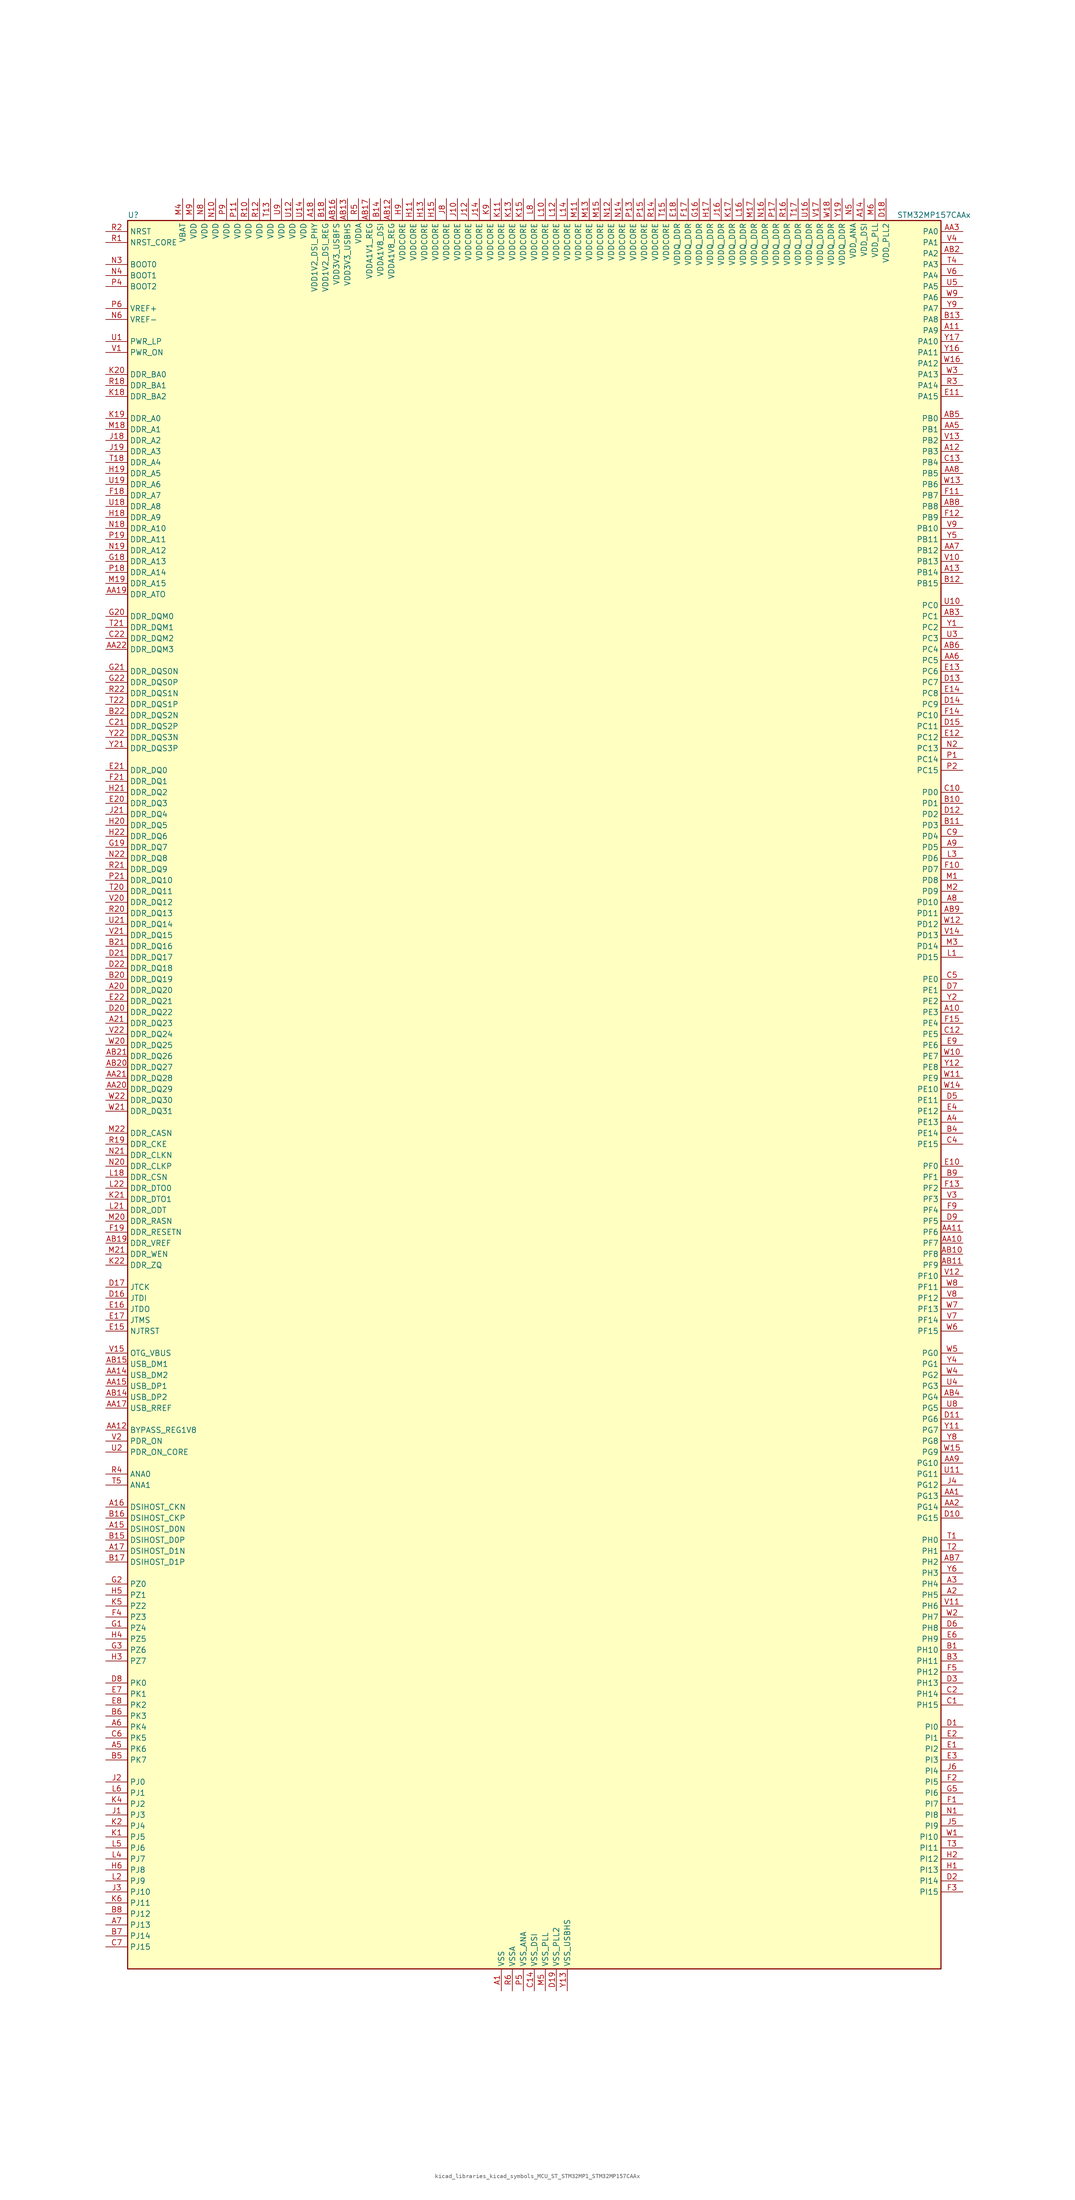
<source format=kicad_sym>
(kicad_symbol_lib
  (version 20220914)
  (generator kicad_symbol_editor)
  (symbol "kicad_libraries_kicad_symbols_MCU_ST_STM32MP1_STM32MP157CAAx"
    (property "Reference" "U"
      (at -93.98 204.47 0)
      (effects (font (size 1.27 1.27)) (justify left)))
    (property "Value" "STM32MP157CAAx"
      (at 83.82 204.47 0)
      (effects (font (size 1.27 1.27)) (justify left)))
    (property "ki_locked" ""
      (at 0 0 0)
      (effects (font (size 1.27 1.27))))
    (symbol "kicad_libraries_kicad_symbols_MCU_ST_STM32MP1_STM32MP157CAAx_0_1"
      (rectangle (start -93.98 -200.66) (end 93.98 203.2) (stroke (width 0.254) (type default)) (fill (type background))))
    (symbol "kicad_libraries_kicad_symbols_MCU_ST_STM32MP1_STM32MP157CAAx_1_1"
      (pin power_in line (at -7.62 -205.74 90) (length 5.08) (name "VSS" (effects (font (size 1.27 1.27)))) (number "A1" (effects (font (size 1.27 1.27)))))
      (pin bidirectional line (at 99.06 20.32 180) (length 5.08) (name "PE3" (effects (font (size 1.27 1.27)))) (number "A10" (effects (font (size 1.27 1.27)))) (alternate "DEBUG_TRACED0" bidirectional line) (alternate "FMC_A19" bidirectional line) (alternate "SAI1_SD_B" bidirectional line) (alternate "SDMMC2_CK" bidirectional line) (alternate "TIM15_BKIN" bidirectional line))
      (pin bidirectional line (at 99.06 177.8 180) (length 5.08) (name "PA9" (effects (font (size 1.27 1.27)))) (number "A11" (effects (font (size 1.27 1.27)))) (alternate "DAC1_EXTI9" bidirectional line) (alternate "DCMI_D0" bidirectional line) (alternate "I2C3_SMBA" bidirectional line) (alternate "I2S2_CK" bidirectional line) (alternate "LTDC_R5" bidirectional line) (alternate "SDMMC2_CDIR" bidirectional line) (alternate "SDMMC2_D5" bidirectional line) (alternate "SPI2_SCK" bidirectional line) (alternate "TIM1_CH2" bidirectional line) (alternate "USART1_TX" bidirectional line))
      (pin bidirectional line (at 99.06 149.86 180) (length 5.08) (name "PB3" (effects (font (size 1.27 1.27)))) (number "A12" (effects (font (size 1.27 1.27)))) (alternate "DEBUG_TRACED9" bidirectional line) (alternate "I2S1_CK" bidirectional line) (alternate "I2S3_CK" bidirectional line) (alternate "SAI4_CK1" bidirectional line) (alternate "SAI4_MCLK_A" bidirectional line) (alternate "SDMMC2_D2" bidirectional line) (alternate "SPI1_SCK" bidirectional line) (alternate "SPI3_SCK" bidirectional line) (alternate "SPI6_SCK" bidirectional line) (alternate "TIM2_CH2" bidirectional line) (alternate "UART7_RX" bidirectional line))
      (pin bidirectional line (at 99.06 121.92 180) (length 5.08) (name "PB14" (effects (font (size 1.27 1.27)))) (number "A13" (effects (font (size 1.27 1.27)))) (alternate "DFSDM1_DATIN2" bidirectional line) (alternate "I2S2_SDI" bidirectional line) (alternate "SDMMC2_D0" bidirectional line) (alternate "SPI2_MISO" bidirectional line) (alternate "TIM12_CH1" bidirectional line) (alternate "TIM1_CH2N" bidirectional line) (alternate "TIM8_CH2N" bidirectional line) (alternate "USART1_TX" bidirectional line) (alternate "USART3_DE" bidirectional line) (alternate "USART3_RTS" bidirectional line))
      (pin power_in line (at 76.2 208.28 270) (length 5.08) (name "VDD_DSI" (effects (font (size 1.27 1.27)))) (number "A14" (effects (font (size 1.27 1.27)))))
      (pin bidirectional line (at -99.06 -99.06 0) (length 5.08) (name "DSIHOST_D0N" (effects (font (size 1.27 1.27)))) (number "A15" (effects (font (size 1.27 1.27)))) (alternate "DSIHOST_D0N" bidirectional line))
      (pin bidirectional line (at -99.06 -93.98 0) (length 5.08) (name "DSIHOST_CKN" (effects (font (size 1.27 1.27)))) (number "A16" (effects (font (size 1.27 1.27)))) (alternate "DSIHOST_CKN" bidirectional line))
      (pin bidirectional line (at -99.06 -104.14 0) (length 5.08) (name "DSIHOST_D1N" (effects (font (size 1.27 1.27)))) (number "A17" (effects (font (size 1.27 1.27)))) (alternate "DSIHOST_D1N" bidirectional line))
      (pin power_in line (at -50.8 208.28 270) (length 5.08) (name "VDD1V2_DSI_PHY" (effects (font (size 1.27 1.27)))) (number "A18" (effects (font (size 1.27 1.27)))))
      (pin passive line (at -7.62 -205.74 90) (length 5.08) hide (name "VSS" (effects (font (size 1.27 1.27)))) (number "A19" (effects (font (size 1.27 1.27)))))
      (pin bidirectional line (at 99.06 -114.3 180) (length 5.08) (name "PH5" (effects (font (size 1.27 1.27)))) (number "A2" (effects (font (size 1.27 1.27)))) (alternate "I2C2_SDA" bidirectional line) (alternate "SAI4_SD_B" bidirectional line) (alternate "SPI5_NSS" bidirectional line))
      (pin bidirectional line (at -99.06 25.4 0) (length 5.08) (name "DDR_DQ20" (effects (font (size 1.27 1.27)))) (number "A20" (effects (font (size 1.27 1.27)))) (alternate "DDR_DQ20" bidirectional line))
      (pin bidirectional line (at -99.06 17.78 0) (length 5.08) (name "DDR_DQ23" (effects (font (size 1.27 1.27)))) (number "A21" (effects (font (size 1.27 1.27)))) (alternate "DDR_DQ23" bidirectional line))
      (pin passive line (at -7.62 -205.74 90) (length 5.08) hide (name "VSS" (effects (font (size 1.27 1.27)))) (number "A22" (effects (font (size 1.27 1.27)))))
      (pin bidirectional line (at 99.06 -111.76 180) (length 5.08) (name "PH4" (effects (font (size 1.27 1.27)))) (number "A3" (effects (font (size 1.27 1.27)))) (alternate "I2C2_SCL" bidirectional line) (alternate "LTDC_G4" bidirectional line) (alternate "LTDC_G5" bidirectional line))
      (pin bidirectional line (at 99.06 -5.08 180) (length 5.08) (name "PE13" (effects (font (size 1.27 1.27)))) (number "A4" (effects (font (size 1.27 1.27)))) (alternate "DCMI_D6" bidirectional line) (alternate "DFSDM1_CKIN5" bidirectional line) (alternate "FMC_D10" bidirectional line) (alternate "FMC_DA10" bidirectional line) (alternate "HDP_HDP2" bidirectional line) (alternate "LTDC_DE" bidirectional line) (alternate "SAI2_FS_B" bidirectional line) (alternate "SPI4_MISO" bidirectional line) (alternate "TIM1_CH3" bidirectional line))
      (pin bidirectional line (at -99.06 -149.86 0) (length 5.08) (name "PK6" (effects (font (size 1.27 1.27)))) (number "A5" (effects (font (size 1.27 1.27)))) (alternate "DEBUG_TRACED7" bidirectional line) (alternate "HDP_HDP7" bidirectional line) (alternate "LTDC_B7" bidirectional line))
      (pin bidirectional line (at -99.06 -144.78 0) (length 5.08) (name "PK4" (effects (font (size 1.27 1.27)))) (number "A6" (effects (font (size 1.27 1.27)))) (alternate "LTDC_B5" bidirectional line))
      (pin bidirectional line (at -99.06 -190.5 0) (length 5.08) (name "PJ13" (effects (font (size 1.27 1.27)))) (number "A7" (effects (font (size 1.27 1.27)))) (alternate "LTDC_B1" bidirectional line) (alternate "LTDC_G4" bidirectional line))
      (pin bidirectional line (at 99.06 45.72 180) (length 5.08) (name "PD10" (effects (font (size 1.27 1.27)))) (number "A8" (effects (font (size 1.27 1.27)))) (alternate "DFSDM1_CKOUT" bidirectional line) (alternate "FMC_D15" bidirectional line) (alternate "FMC_DA15" bidirectional line) (alternate "I2C5_SMBA" bidirectional line) (alternate "I2S3_SDI" bidirectional line) (alternate "LTDC_B3" bidirectional line) (alternate "RTC_REFIN" bidirectional line) (alternate "SAI3_FS_B" bidirectional line) (alternate "SPI3_MISO" bidirectional line) (alternate "TIM16_BKIN" bidirectional line) (alternate "USART3_CK" bidirectional line))
      (pin bidirectional line (at 99.06 58.42 180) (length 5.08) (name "PD5" (effects (font (size 1.27 1.27)))) (number "A9" (effects (font (size 1.27 1.27)))) (alternate "FMC_NWE" bidirectional line) (alternate "SDMMC3_D2" bidirectional line) (alternate "USART2_TX" bidirectional line))
      (pin bidirectional line (at 99.06 -91.44 180) (length 5.08) (name "PG13" (effects (font (size 1.27 1.27)))) (number "AA1" (effects (font (size 1.27 1.27)))) (alternate "DEBUG_TRACED0" bidirectional line) (alternate "ETH1_TXD0" bidirectional line) (alternate "FMC_A24" bidirectional line) (alternate "LPTIM1_OUT" bidirectional line) (alternate "LTDC_R0" bidirectional line) (alternate "SAI1_CK2" bidirectional line) (alternate "SAI1_SCK_A" bidirectional line) (alternate "SAI4_CK1" bidirectional line) (alternate "SAI4_MCLK_A" bidirectional line) (alternate "SPI6_SCK" bidirectional line) (alternate "USART6_CTS" bidirectional line) (alternate "USART6_NSS" bidirectional line))
      (pin bidirectional line (at 99.06 -33.02 180) (length 5.08) (name "PF7" (effects (font (size 1.27 1.27)))) (number "AA10" (effects (font (size 1.27 1.27)))) (alternate "QUADSPI_BK1_IO2" bidirectional line) (alternate "SAI1_MCLK_B" bidirectional line) (alternate "SPI5_SCK" bidirectional line) (alternate "TIM17_CH1" bidirectional line) (alternate "UART7_TX" bidirectional line))
      (pin bidirectional line (at 99.06 -30.48 180) (length 5.08) (name "PF6" (effects (font (size 1.27 1.27)))) (number "AA11" (effects (font (size 1.27 1.27)))) (alternate "QUADSPI_BK1_IO3" bidirectional line) (alternate "SAI1_SD_B" bidirectional line) (alternate "SAI4_SCK_B" bidirectional line) (alternate "SPI5_NSS" bidirectional line) (alternate "TIM16_CH1" bidirectional line) (alternate "UART7_RX" bidirectional line))
      (pin bidirectional line (at -99.06 -76.2 0) (length 5.08) (name "BYPASS_REG1V8" (effects (font (size 1.27 1.27)))) (number "AA12" (effects (font (size 1.27 1.27)))))
      (pin passive line (at 7.62 -205.74 90) (length 5.08) hide (name "VSS_USBHS" (effects (font (size 1.27 1.27)))) (number "AA13" (effects (font (size 1.27 1.27)))))
      (pin bidirectional line (at -99.06 -63.5 0) (length 5.08) (name "USB_DM2" (effects (font (size 1.27 1.27)))) (number "AA14" (effects (font (size 1.27 1.27)))) (alternate "USBH_HS2_DM" bidirectional line) (alternate "USB_OTG_HS_DM" bidirectional line))
      (pin bidirectional line (at -99.06 -66.04 0) (length 5.08) (name "USB_DP1" (effects (font (size 1.27 1.27)))) (number "AA15" (effects (font (size 1.27 1.27)))) (alternate "USBH_HS1_DP" bidirectional line))
      (pin passive line (at 7.62 -205.74 90) (length 5.08) hide (name "VSS_USBHS" (effects (font (size 1.27 1.27)))) (number "AA16" (effects (font (size 1.27 1.27)))))
      (pin bidirectional line (at -99.06 -71.12 0) (length 5.08) (name "USB_RREF" (effects (font (size 1.27 1.27)))) (number "AA17" (effects (font (size 1.27 1.27)))))
      (pin passive line (at -7.62 -205.74 90) (length 5.08) hide (name "VSS" (effects (font (size 1.27 1.27)))) (number "AA18" (effects (font (size 1.27 1.27)))))
      (pin bidirectional line (at -99.06 116.84 0) (length 5.08) (name "DDR_ATO" (effects (font (size 1.27 1.27)))) (number "AA19" (effects (font (size 1.27 1.27)))) (alternate "DDR_ATO" bidirectional line))
      (pin bidirectional line (at 99.06 -93.98 180) (length 5.08) (name "PG14" (effects (font (size 1.27 1.27)))) (number "AA2" (effects (font (size 1.27 1.27)))) (alternate "DEBUG_TRACED1" bidirectional line) (alternate "ETH1_TXD1" bidirectional line) (alternate "FMC_A25" bidirectional line) (alternate "LPTIM1_ETR" bidirectional line) (alternate "LTDC_B0" bidirectional line) (alternate "QUADSPI_BK2_IO3" bidirectional line) (alternate "SAI4_D1" bidirectional line) (alternate "SAI4_SD_A" bidirectional line) (alternate "SPI6_MOSI" bidirectional line) (alternate "USART6_TX" bidirectional line))
      (pin bidirectional line (at -99.06 2.54 0) (length 5.08) (name "DDR_DQ29" (effects (font (size 1.27 1.27)))) (number "AA20" (effects (font (size 1.27 1.27)))) (alternate "DDR_DQ29" bidirectional line))
      (pin bidirectional line (at -99.06 5.08 0) (length 5.08) (name "DDR_DQ28" (effects (font (size 1.27 1.27)))) (number "AA21" (effects (font (size 1.27 1.27)))) (alternate "DDR_DQ28" bidirectional line))
      (pin bidirectional line (at -99.06 104.14 0) (length 5.08) (name "DDR_DQM3" (effects (font (size 1.27 1.27)))) (number "AA22" (effects (font (size 1.27 1.27)))) (alternate "DDR_DQM3" bidirectional line))
      (pin bidirectional line (at 99.06 200.66 180) (length 5.08) (name "PA0" (effects (font (size 1.27 1.27)))) (number "AA3" (effects (font (size 1.27 1.27)))) (alternate "ADC1_INP16" bidirectional line) (alternate "ETH1_CRS" bidirectional line) (alternate "PWR_WKUP1" bidirectional line) (alternate "SAI2_SD_B" bidirectional line) (alternate "SDMMC2_CMD" bidirectional line) (alternate "TIM15_BKIN" bidirectional line) (alternate "TIM2_CH1" bidirectional line) (alternate "TIM2_ETR" bidirectional line) (alternate "TIM5_CH1" bidirectional line) (alternate "TIM8_ETR" bidirectional line) (alternate "UART4_TX" bidirectional line) (alternate "USART2_CTS" bidirectional line) (alternate "USART2_NSS" bidirectional line))
      (pin passive line (at -7.62 -205.74 90) (length 5.08) hide (name "VSS" (effects (font (size 1.27 1.27)))) (number "AA4" (effects (font (size 1.27 1.27)))))
      (pin bidirectional line (at 99.06 154.94 180) (length 5.08) (name "PB1" (effects (font (size 1.27 1.27)))) (number "AA5" (effects (font (size 1.27 1.27)))) (alternate "ADC1_INP5" bidirectional line) (alternate "ADC2_INP5" bidirectional line) (alternate "DFSDM1_DATIN1" bidirectional line) (alternate "ETH1_RXD3" bidirectional line) (alternate "LTDC_G0" bidirectional line) (alternate "LTDC_R6" bidirectional line) (alternate "TIM1_CH3N" bidirectional line) (alternate "TIM3_CH4" bidirectional line) (alternate "TIM8_CH3N" bidirectional line))
      (pin bidirectional line (at 99.06 101.6 180) (length 5.08) (name "PC5" (effects (font (size 1.27 1.27)))) (number "AA6" (effects (font (size 1.27 1.27)))) (alternate "ADC1_INN4" bidirectional line) (alternate "ADC1_INP8" bidirectional line) (alternate "ADC2_INN4" bidirectional line) (alternate "ADC2_INP8" bidirectional line) (alternate "DFSDM1_DATIN2" bidirectional line) (alternate "ETH1_RXD1" bidirectional line) (alternate "SAI1_D3" bidirectional line) (alternate "SAI1_D4" bidirectional line) (alternate "SAI4_D3" bidirectional line) (alternate "SAI4_D4" bidirectional line) (alternate "SPDIFRX_IN3" bidirectional line))
      (pin bidirectional line (at 99.06 127 180) (length 5.08) (name "PB12" (effects (font (size 1.27 1.27)))) (number "AA7" (effects (font (size 1.27 1.27)))) (alternate "DFSDM1_DATIN1" bidirectional line) (alternate "ETH1_TXD0" bidirectional line) (alternate "FDCAN2_RX" bidirectional line) (alternate "I2C2_SMBA" bidirectional line) (alternate "I2C6_SMBA" bidirectional line) (alternate "I2S2_WS" bidirectional line) (alternate "SPI2_NSS" bidirectional line) (alternate "TIM1_BKIN" bidirectional line) (alternate "UART5_RX" bidirectional line) (alternate "USART3_CK" bidirectional line) (alternate "USART3_RX" bidirectional line))
      (pin bidirectional line (at 99.06 144.78 180) (length 5.08) (name "PB5" (effects (font (size 1.27 1.27)))) (number "AA8" (effects (font (size 1.27 1.27)))) (alternate "DCMI_D10" bidirectional line) (alternate "ETH1_CLK" bidirectional line) (alternate "ETH1_PPS_OUT" bidirectional line) (alternate "FDCAN2_RX" bidirectional line) (alternate "I2C1_SMBA" bidirectional line) (alternate "I2C4_SMBA" bidirectional line) (alternate "I2S1_SDO" bidirectional line) (alternate "I2S3_SDO" bidirectional line) (alternate "LTDC_G7" bidirectional line) (alternate "SAI4_D1" bidirectional line) (alternate "SAI4_SD_A" bidirectional line) (alternate "SPI1_MOSI" bidirectional line) (alternate "SPI3_MOSI" bidirectional line) (alternate "SPI6_MOSI" bidirectional line) (alternate "TIM17_BKIN" bidirectional line) (alternate "TIM3_CH2" bidirectional line) (alternate "UART5_RX" bidirectional line))
      (pin bidirectional line (at 99.06 -83.82 180) (length 5.08) (name "PG10" (effects (font (size 1.27 1.27)))) (number "AA9" (effects (font (size 1.27 1.27)))) (alternate "DCMI_D2" bidirectional line) (alternate "DEBUG_TRACED10" bidirectional line) (alternate "FMC_NE3" bidirectional line) (alternate "LTDC_B2" bidirectional line) (alternate "LTDC_G3" bidirectional line) (alternate "QUADSPI_BK2_IO2" bidirectional line) (alternate "SAI2_SD_B" bidirectional line) (alternate "UART8_CTS" bidirectional line))
      (pin passive line (at -7.62 -205.74 90) (length 5.08) hide (name "VSS" (effects (font (size 1.27 1.27)))) (number "AB1" (effects (font (size 1.27 1.27)))))
      (pin bidirectional line (at 99.06 -35.56 180) (length 5.08) (name "PF8" (effects (font (size 1.27 1.27)))) (number "AB10" (effects (font (size 1.27 1.27)))) (alternate "DEBUG_TRACED12" bidirectional line) (alternate "QUADSPI_BK1_IO0" bidirectional line) (alternate "SAI1_SCK_B" bidirectional line) (alternate "SPI5_MISO" bidirectional line) (alternate "TIM13_CH1" bidirectional line) (alternate "TIM16_CH1N" bidirectional line) (alternate "UART7_DE" bidirectional line) (alternate "UART7_RTS" bidirectional line))
      (pin bidirectional line (at 99.06 -38.1 180) (length 5.08) (name "PF9" (effects (font (size 1.27 1.27)))) (number "AB11" (effects (font (size 1.27 1.27)))) (alternate "DAC1_EXTI9" bidirectional line) (alternate "DEBUG_TRACED13" bidirectional line) (alternate "QUADSPI_BK1_IO1" bidirectional line) (alternate "SAI1_FS_B" bidirectional line) (alternate "SPI5_MOSI" bidirectional line) (alternate "TIM14_CH1" bidirectional line) (alternate "TIM17_CH1N" bidirectional line) (alternate "UART7_CTS" bidirectional line))
      (pin power_in line (at -33.02 208.28 270) (length 5.08) (name "VDDA1V8_REG" (effects (font (size 1.27 1.27)))) (number "AB12" (effects (font (size 1.27 1.27)))))
      (pin power_in line (at -43.18 208.28 270) (length 5.08) (name "VDD3V3_USBHS" (effects (font (size 1.27 1.27)))) (number "AB13" (effects (font (size 1.27 1.27)))))
      (pin bidirectional line (at -99.06 -68.58 0) (length 5.08) (name "USB_DP2" (effects (font (size 1.27 1.27)))) (number "AB14" (effects (font (size 1.27 1.27)))) (alternate "USBH_HS2_DP" bidirectional line) (alternate "USB_OTG_HS_DP" bidirectional line))
      (pin bidirectional line (at -99.06 -60.96 0) (length 5.08) (name "USB_DM1" (effects (font (size 1.27 1.27)))) (number "AB15" (effects (font (size 1.27 1.27)))) (alternate "USBH_HS1_DM" bidirectional line))
      (pin power_in line (at -45.72 208.28 270) (length 5.08) (name "VDD3V3_USBFS" (effects (font (size 1.27 1.27)))) (number "AB16" (effects (font (size 1.27 1.27)))))
      (pin power_in line (at -38.1 208.28 270) (length 5.08) (name "VDDA1V1_REG" (effects (font (size 1.27 1.27)))) (number "AB17" (effects (font (size 1.27 1.27)))))
      (pin passive line (at -7.62 -205.74 90) (length 5.08) hide (name "VSS" (effects (font (size 1.27 1.27)))) (number "AB18" (effects (font (size 1.27 1.27)))))
      (pin bidirectional line (at -99.06 -33.02 0) (length 5.08) (name "DDR_VREF" (effects (font (size 1.27 1.27)))) (number "AB19" (effects (font (size 1.27 1.27)))) (alternate "DDR_VREF" bidirectional line))
      (pin bidirectional line (at 99.06 195.58 180) (length 5.08) (name "PA2" (effects (font (size 1.27 1.27)))) (number "AB2" (effects (font (size 1.27 1.27)))) (alternate "ADC1_INP14" bidirectional line) (alternate "ETH1_MDIO" bidirectional line) (alternate "LPTIM4_OUT" bidirectional line) (alternate "LTDC_R1" bidirectional line) (alternate "PWR_WKUP2" bidirectional line) (alternate "SAI2_SCK_B" bidirectional line) (alternate "SDMMC2_D0DIR" bidirectional line) (alternate "TIM15_CH1" bidirectional line) (alternate "TIM2_CH3" bidirectional line) (alternate "TIM5_CH3" bidirectional line) (alternate "USART2_TX" bidirectional line))
      (pin bidirectional line (at -99.06 7.62 0) (length 5.08) (name "DDR_DQ27" (effects (font (size 1.27 1.27)))) (number "AB20" (effects (font (size 1.27 1.27)))) (alternate "DDR_DQ27" bidirectional line))
      (pin bidirectional line (at -99.06 10.16 0) (length 5.08) (name "DDR_DQ26" (effects (font (size 1.27 1.27)))) (number "AB21" (effects (font (size 1.27 1.27)))) (alternate "DDR_DQ26" bidirectional line))
      (pin passive line (at -7.62 -205.74 90) (length 5.08) hide (name "VSS" (effects (font (size 1.27 1.27)))) (number "AB22" (effects (font (size 1.27 1.27)))))
      (pin bidirectional line (at 99.06 111.76 180) (length 5.08) (name "PC1" (effects (font (size 1.27 1.27)))) (number "AB3" (effects (font (size 1.27 1.27)))) (alternate "ADC1_INN10" bidirectional line) (alternate "ADC1_INP11" bidirectional line) (alternate "ADC2_INN10" bidirectional line) (alternate "ADC2_INP11" bidirectional line) (alternate "DEBUG_TRACED0" bidirectional line) (alternate "DFSDM1_CKIN4" bidirectional line) (alternate "DFSDM1_DATIN0" bidirectional line) (alternate "ETH1_MDC" bidirectional line) (alternate "I2S2_SDO" bidirectional line) (alternate "PWR_WKUP6" bidirectional line) (alternate "SAI1_D1" bidirectional line) (alternate "SAI1_SD_A" bidirectional line) (alternate "SDMMC2_CK" bidirectional line) (alternate "SPI2_MOSI" bidirectional line) (alternate "TAMP_IN3" bidirectional line))
      (pin bidirectional line (at 99.06 -68.58 180) (length 5.08) (name "PG4" (effects (font (size 1.27 1.27)))) (number "AB4" (effects (font (size 1.27 1.27)))) (alternate "ETH1_GTX_CLK" bidirectional line) (alternate "FMC_A14" bidirectional line) (alternate "TIM1_BKIN2" bidirectional line))
      (pin bidirectional line (at 99.06 157.48 180) (length 5.08) (name "PB0" (effects (font (size 1.27 1.27)))) (number "AB5" (effects (font (size 1.27 1.27)))) (alternate "ADC1_INN5" bidirectional line) (alternate "ADC1_INP9" bidirectional line) (alternate "ADC2_INN5" bidirectional line) (alternate "ADC2_INP9" bidirectional line) (alternate "DFSDM1_CKOUT" bidirectional line) (alternate "ETH1_RXD2" bidirectional line) (alternate "LTDC_G1" bidirectional line) (alternate "LTDC_R3" bidirectional line) (alternate "TIM1_CH2N" bidirectional line) (alternate "TIM3_CH3" bidirectional line) (alternate "TIM8_CH2N" bidirectional line) (alternate "UART4_CTS" bidirectional line))
      (pin bidirectional line (at 99.06 104.14 180) (length 5.08) (name "PC4" (effects (font (size 1.27 1.27)))) (number "AB6" (effects (font (size 1.27 1.27)))) (alternate "ADC1_INP4" bidirectional line) (alternate "ADC2_INP4" bidirectional line) (alternate "DFSDM1_CKIN2" bidirectional line) (alternate "ETH1_RXD0" bidirectional line) (alternate "I2S1_MCK" bidirectional line) (alternate "SPDIFRX_IN2" bidirectional line))
      (pin bidirectional line (at 99.06 -106.68 180) (length 5.08) (name "PH2" (effects (font (size 1.27 1.27)))) (number "AB7" (effects (font (size 1.27 1.27)))) (alternate "ETH1_CRS" bidirectional line) (alternate "LPTIM1_IN2" bidirectional line) (alternate "LTDC_R0" bidirectional line) (alternate "QUADSPI_BK2_IO0" bidirectional line) (alternate "SAI2_SCK_B" bidirectional line))
      (pin bidirectional line (at 99.06 137.16 180) (length 5.08) (name "PB8" (effects (font (size 1.27 1.27)))) (number "AB8" (effects (font (size 1.27 1.27)))) (alternate "DCMI_D6" bidirectional line) (alternate "DFSDM1_CKIN7" bidirectional line) (alternate "ETH1_TXD3" bidirectional line) (alternate "FDCAN1_RX" bidirectional line) (alternate "HDP_HDP6" bidirectional line) (alternate "I2C1_SCL" bidirectional line) (alternate "I2C4_SCL" bidirectional line) (alternate "LTDC_B6" bidirectional line) (alternate "SDMMC1_CKIN" bidirectional line) (alternate "SDMMC1_D4" bidirectional line) (alternate "SDMMC2_CKIN" bidirectional line) (alternate "SDMMC2_D4" bidirectional line) (alternate "TIM16_CH1" bidirectional line) (alternate "TIM4_CH3" bidirectional line) (alternate "UART4_RX" bidirectional line))
      (pin bidirectional line (at 99.06 43.18 180) (length 5.08) (name "PD11" (effects (font (size 1.27 1.27)))) (number "AB9" (effects (font (size 1.27 1.27)))) (alternate "ADC1_EXTI11" bidirectional line) (alternate "ADC2_EXTI11" bidirectional line) (alternate "FMC_A16" bidirectional line) (alternate "FMC_CLE" bidirectional line) (alternate "I2C1_SMBA" bidirectional line) (alternate "I2C4_SMBA" bidirectional line) (alternate "LPTIM2_IN2" bidirectional line) (alternate "QUADSPI_BK1_IO0" bidirectional line) (alternate "SAI2_SD_A" bidirectional line) (alternate "USART3_CTS" bidirectional line) (alternate "USART3_NSS" bidirectional line))
      (pin bidirectional line (at 99.06 -127 180) (length 5.08) (name "PH10" (effects (font (size 1.27 1.27)))) (number "B1" (effects (font (size 1.27 1.27)))) (alternate "DCMI_D1" bidirectional line) (alternate "I2C1_SMBA" bidirectional line) (alternate "I2C4_SMBA" bidirectional line) (alternate "LTDC_R4" bidirectional line) (alternate "TIM5_CH1" bidirectional line))
      (pin bidirectional line (at 99.06 68.58 180) (length 5.08) (name "PD1" (effects (font (size 1.27 1.27)))) (number "B10" (effects (font (size 1.27 1.27)))) (alternate "DFSDM1_CKIN7" bidirectional line) (alternate "DFSDM1_DATIN6" bidirectional line) (alternate "FDCAN1_TX" bidirectional line) (alternate "FMC_D3" bidirectional line) (alternate "FMC_DA3" bidirectional line) (alternate "I2C5_SCL" bidirectional line) (alternate "I2C6_SCL" bidirectional line) (alternate "SAI3_SD_A" bidirectional line) (alternate "SDMMC3_D0" bidirectional line) (alternate "UART4_TX" bidirectional line))
      (pin bidirectional line (at 99.06 63.5 180) (length 5.08) (name "PD3" (effects (font (size 1.27 1.27)))) (number "B11" (effects (font (size 1.27 1.27)))) (alternate "DCMI_D5" bidirectional line) (alternate "DFSDM1_CKOUT" bidirectional line) (alternate "DFSDM1_DATIN0" bidirectional line) (alternate "FMC_CLK" bidirectional line) (alternate "HDP_HDP5" bidirectional line) (alternate "I2S2_CK" bidirectional line) (alternate "LTDC_G7" bidirectional line) (alternate "SDMMC1_D123DIR" bidirectional line) (alternate "SDMMC1_D7" bidirectional line) (alternate "SDMMC2_D123DIR" bidirectional line) (alternate "SDMMC2_D7" bidirectional line) (alternate "SPI2_SCK" bidirectional line) (alternate "USART2_CTS" bidirectional line) (alternate "USART2_NSS" bidirectional line))
      (pin bidirectional line (at 99.06 119.38 180) (length 5.08) (name "PB15" (effects (font (size 1.27 1.27)))) (number "B12" (effects (font (size 1.27 1.27)))) (alternate "ADC1_EXTI15" bidirectional line) (alternate "ADC2_EXTI15" bidirectional line) (alternate "DFSDM1_CKIN2" bidirectional line) (alternate "I2S2_SDO" bidirectional line) (alternate "RTC_REFIN" bidirectional line) (alternate "SDMMC2_D1" bidirectional line) (alternate "SPI2_MOSI" bidirectional line) (alternate "TIM12_CH2" bidirectional line) (alternate "TIM1_CH3N" bidirectional line) (alternate "TIM8_CH3N" bidirectional line) (alternate "USART1_RX" bidirectional line))
      (pin bidirectional line (at 99.06 180.34 180) (length 5.08) (name "PA8" (effects (font (size 1.27 1.27)))) (number "B13" (effects (font (size 1.27 1.27)))) (alternate "I2C3_SCL" bidirectional line) (alternate "I2S3_SDO" bidirectional line) (alternate "LTDC_R6" bidirectional line) (alternate "RCC_MCO_1" bidirectional line) (alternate "SAI4_SD_B" bidirectional line) (alternate "SDMMC2_CKIN" bidirectional line) (alternate "SDMMC2_D4" bidirectional line) (alternate "SPI3_MOSI" bidirectional line) (alternate "TIM1_CH1" bidirectional line) (alternate "TIM8_BKIN2" bidirectional line) (alternate "UART7_RX" bidirectional line) (alternate "USART1_CK" bidirectional line) (alternate "USB_OTG_HS_SOF" bidirectional line))
      (pin power_in line (at -35.56 208.28 270) (length 5.08) (name "VDDA1V8_DSI" (effects (font (size 1.27 1.27)))) (number "B14" (effects (font (size 1.27 1.27)))))
      (pin bidirectional line (at -99.06 -101.6 0) (length 5.08) (name "DSIHOST_D0P" (effects (font (size 1.27 1.27)))) (number "B15" (effects (font (size 1.27 1.27)))) (alternate "DSIHOST_D0P" bidirectional line))
      (pin bidirectional line (at -99.06 -96.52 0) (length 5.08) (name "DSIHOST_CKP" (effects (font (size 1.27 1.27)))) (number "B16" (effects (font (size 1.27 1.27)))) (alternate "DSIHOST_CKP" bidirectional line))
      (pin bidirectional line (at -99.06 -106.68 0) (length 5.08) (name "DSIHOST_D1P" (effects (font (size 1.27 1.27)))) (number "B17" (effects (font (size 1.27 1.27)))) (alternate "DSIHOST_D1P" bidirectional line))
      (pin power_in line (at -48.26 208.28 270) (length 5.08) (name "VDD1V2_DSI_REG" (effects (font (size 1.27 1.27)))) (number "B18" (effects (font (size 1.27 1.27)))))
      (pin passive line (at -7.62 -205.74 90) (length 5.08) hide (name "VSS" (effects (font (size 1.27 1.27)))) (number "B19" (effects (font (size 1.27 1.27)))))
      (pin passive line (at -7.62 -205.74 90) (length 5.08) hide (name "VSS" (effects (font (size 1.27 1.27)))) (number "B2" (effects (font (size 1.27 1.27)))))
      (pin bidirectional line (at -99.06 27.94 0) (length 5.08) (name "DDR_DQ19" (effects (font (size 1.27 1.27)))) (number "B20" (effects (font (size 1.27 1.27)))) (alternate "DDR_DQ19" bidirectional line))
      (pin bidirectional line (at -99.06 35.56 0) (length 5.08) (name "DDR_DQ16" (effects (font (size 1.27 1.27)))) (number "B21" (effects (font (size 1.27 1.27)))) (alternate "DDR_DQ16" bidirectional line))
      (pin bidirectional line (at -99.06 88.9 0) (length 5.08) (name "DDR_DQS2N" (effects (font (size 1.27 1.27)))) (number "B22" (effects (font (size 1.27 1.27)))) (alternate "DDR_DQS2N" bidirectional line))
      (pin bidirectional line (at 99.06 -129.54 180) (length 5.08) (name "PH11" (effects (font (size 1.27 1.27)))) (number "B3" (effects (font (size 1.27 1.27)))) (alternate "ADC1_EXTI11" bidirectional line) (alternate "ADC2_EXTI11" bidirectional line) (alternate "DCMI_D2" bidirectional line) (alternate "I2C1_SCL" bidirectional line) (alternate "I2C4_SCL" bidirectional line) (alternate "LTDC_R5" bidirectional line) (alternate "TIM5_CH2" bidirectional line))
      (pin bidirectional line (at 99.06 -7.62 180) (length 5.08) (name "PE14" (effects (font (size 1.27 1.27)))) (number "B4" (effects (font (size 1.27 1.27)))) (alternate "FMC_D11" bidirectional line) (alternate "FMC_DA11" bidirectional line) (alternate "LTDC_CLK" bidirectional line) (alternate "LTDC_G0" bidirectional line) (alternate "SAI2_MCLK_B" bidirectional line) (alternate "SDMMC1_D123DIR" bidirectional line) (alternate "SPI4_MOSI" bidirectional line) (alternate "TIM1_CH4" bidirectional line) (alternate "UART8_DE" bidirectional line) (alternate "UART8_RTS" bidirectional line))
      (pin bidirectional line (at -99.06 -152.4 0) (length 5.08) (name "PK7" (effects (font (size 1.27 1.27)))) (number "B5" (effects (font (size 1.27 1.27)))) (alternate "LTDC_DE" bidirectional line))
      (pin bidirectional line (at -99.06 -142.24 0) (length 5.08) (name "PK3" (effects (font (size 1.27 1.27)))) (number "B6" (effects (font (size 1.27 1.27)))) (alternate "LTDC_B4" bidirectional line))
      (pin bidirectional line (at -99.06 -193.04 0) (length 5.08) (name "PJ14" (effects (font (size 1.27 1.27)))) (number "B7" (effects (font (size 1.27 1.27)))) (alternate "LTDC_B2" bidirectional line))
      (pin bidirectional line (at -99.06 -187.96 0) (length 5.08) (name "PJ12" (effects (font (size 1.27 1.27)))) (number "B8" (effects (font (size 1.27 1.27)))) (alternate "LTDC_B0" bidirectional line) (alternate "LTDC_G3" bidirectional line))
      (pin bidirectional line (at 99.06 -17.78 180) (length 5.08) (name "PF1" (effects (font (size 1.27 1.27)))) (number "B9" (effects (font (size 1.27 1.27)))) (alternate "FMC_A1" bidirectional line) (alternate "I2C2_SCL" bidirectional line) (alternate "SDMMC3_CDIR" bidirectional line) (alternate "SDMMC3_CMD" bidirectional line))
      (pin bidirectional line (at 99.06 -139.7 180) (length 5.08) (name "PH15" (effects (font (size 1.27 1.27)))) (number "C1" (effects (font (size 1.27 1.27)))) (alternate "ADC1_EXTI15" bidirectional line) (alternate "ADC2_EXTI15" bidirectional line) (alternate "DCMI_D11" bidirectional line) (alternate "LTDC_G4" bidirectional line) (alternate "TIM8_CH3N" bidirectional line))
      (pin bidirectional line (at 99.06 71.12 180) (length 5.08) (name "PD0" (effects (font (size 1.27 1.27)))) (number "C10" (effects (font (size 1.27 1.27)))) (alternate "DFSDM1_CKIN6" bidirectional line) (alternate "DFSDM1_DATIN7" bidirectional line) (alternate "FDCAN1_RX" bidirectional line) (alternate "FMC_D2" bidirectional line) (alternate "FMC_DA2" bidirectional line) (alternate "I2C5_SDA" bidirectional line) (alternate "I2C6_SDA" bidirectional line) (alternate "SAI3_SCK_A" bidirectional line) (alternate "SDMMC3_CMD" bidirectional line) (alternate "UART4_RX" bidirectional line))
      (pin passive line (at -7.62 -205.74 90) (length 5.08) hide (name "VSS" (effects (font (size 1.27 1.27)))) (number "C11" (effects (font (size 1.27 1.27)))))
      (pin bidirectional line (at 99.06 15.24 180) (length 5.08) (name "PE5" (effects (font (size 1.27 1.27)))) (number "C12" (effects (font (size 1.27 1.27)))) (alternate "DCMI_D6" bidirectional line) (alternate "DEBUG_TRACED3" bidirectional line) (alternate "DFSDM1_CKIN3" bidirectional line) (alternate "FMC_A21" bidirectional line) (alternate "LTDC_G0" bidirectional line) (alternate "SAI1_CK2" bidirectional line) (alternate "SAI1_SCK_A" bidirectional line) (alternate "SDMMC1_D0DIR" bidirectional line) (alternate "SDMMC1_D6" bidirectional line) (alternate "SDMMC2_D0DIR" bidirectional line) (alternate "SDMMC2_D6" bidirectional line) (alternate "SPI4_MISO" bidirectional line) (alternate "TIM15_CH1" bidirectional line))
      (pin bidirectional line (at 99.06 147.32 180) (length 5.08) (name "PB4" (effects (font (size 1.27 1.27)))) (number "C13" (effects (font (size 1.27 1.27)))) (alternate "DEBUG_TRACED8" bidirectional line) (alternate "I2S1_SDI" bidirectional line) (alternate "I2S2_WS" bidirectional line) (alternate "I2S3_SDI" bidirectional line) (alternate "SAI4_CK2" bidirectional line) (alternate "SAI4_SCK_A" bidirectional line) (alternate "SDMMC2_D3" bidirectional line) (alternate "SPI1_MISO" bidirectional line) (alternate "SPI2_NSS" bidirectional line) (alternate "SPI3_MISO" bidirectional line) (alternate "SPI6_MISO" bidirectional line) (alternate "TIM16_BKIN" bidirectional line) (alternate "TIM3_CH1" bidirectional line) (alternate "UART7_TX" bidirectional line))
      (pin power_in line (at 0 -205.74 90) (length 5.08) (name "VSS_DSI" (effects (font (size 1.27 1.27)))) (number "C14" (effects (font (size 1.27 1.27)))))
      (pin passive line (at 0 -205.74 90) (length 5.08) hide (name "VSS_DSI" (effects (font (size 1.27 1.27)))) (number "C15" (effects (font (size 1.27 1.27)))))
      (pin passive line (at 0 -205.74 90) (length 5.08) hide (name "VSS_DSI" (effects (font (size 1.27 1.27)))) (number "C16" (effects (font (size 1.27 1.27)))))
      (pin passive line (at 0 -205.74 90) (length 5.08) hide (name "VSS_DSI" (effects (font (size 1.27 1.27)))) (number "C17" (effects (font (size 1.27 1.27)))))
      (pin passive line (at 0 -205.74 90) (length 5.08) hide (name "VSS_DSI" (effects (font (size 1.27 1.27)))) (number "C18" (effects (font (size 1.27 1.27)))))
      (pin passive line (at -7.62 -205.74 90) (length 5.08) hide (name "VSS" (effects (font (size 1.27 1.27)))) (number "C19" (effects (font (size 1.27 1.27)))))
      (pin bidirectional line (at 99.06 -137.16 180) (length 5.08) (name "PH14" (effects (font (size 1.27 1.27)))) (number "C2" (effects (font (size 1.27 1.27)))) (alternate "DCMI_D4" bidirectional line) (alternate "FDCAN1_RX" bidirectional line) (alternate "LTDC_G3" bidirectional line) (alternate "TIM8_CH2N" bidirectional line) (alternate "UART4_RX" bidirectional line))
      (pin passive line (at -7.62 -205.74 90) (length 5.08) hide (name "VSS" (effects (font (size 1.27 1.27)))) (number "C20" (effects (font (size 1.27 1.27)))))
      (pin bidirectional line (at -99.06 86.36 0) (length 5.08) (name "DDR_DQS2P" (effects (font (size 1.27 1.27)))) (number "C21" (effects (font (size 1.27 1.27)))) (alternate "DDR_DQS2P" bidirectional line))
      (pin bidirectional line (at -99.06 106.68 0) (length 5.08) (name "DDR_DQM2" (effects (font (size 1.27 1.27)))) (number "C22" (effects (font (size 1.27 1.27)))) (alternate "DDR_DQM2" bidirectional line))
      (pin passive line (at -7.62 -205.74 90) (length 5.08) hide (name "VSS" (effects (font (size 1.27 1.27)))) (number "C3" (effects (font (size 1.27 1.27)))))
      (pin bidirectional line (at 99.06 -10.16 180) (length 5.08) (name "PE15" (effects (font (size 1.27 1.27)))) (number "C4" (effects (font (size 1.27 1.27)))) (alternate "ADC1_EXTI15" bidirectional line) (alternate "ADC2_EXTI15" bidirectional line) (alternate "FMC_D12" bidirectional line) (alternate "FMC_DA12" bidirectional line) (alternate "FMC_NCE2" bidirectional line) (alternate "HDP_HDP3" bidirectional line) (alternate "LTDC_R7" bidirectional line) (alternate "TIM15_BKIN" bidirectional line) (alternate "TIM1_BKIN" bidirectional line) (alternate "UART8_CTS" bidirectional line) (alternate "USART2_CTS" bidirectional line) (alternate "USART2_NSS" bidirectional line))
      (pin bidirectional line (at 99.06 27.94 180) (length 5.08) (name "PE0" (effects (font (size 1.27 1.27)))) (number "C5" (effects (font (size 1.27 1.27)))) (alternate "DCMI_D2" bidirectional line) (alternate "FMC_NBL0" bidirectional line) (alternate "I2S3_CK" bidirectional line) (alternate "LPTIM1_ETR" bidirectional line) (alternate "LPTIM2_ETR" bidirectional line) (alternate "SAI2_MCLK_A" bidirectional line) (alternate "SAI4_MCLK_B" bidirectional line) (alternate "SPI3_SCK" bidirectional line) (alternate "TIM4_ETR" bidirectional line) (alternate "UART8_RX" bidirectional line))
      (pin bidirectional line (at -99.06 -147.32 0) (length 5.08) (name "PK5" (effects (font (size 1.27 1.27)))) (number "C6" (effects (font (size 1.27 1.27)))) (alternate "DEBUG_TRACED6" bidirectional line) (alternate "HDP_HDP6" bidirectional line) (alternate "LTDC_B6" bidirectional line))
      (pin bidirectional line (at -99.06 -195.58 0) (length 5.08) (name "PJ15" (effects (font (size 1.27 1.27)))) (number "C7" (effects (font (size 1.27 1.27)))) (alternate "ADC1_EXTI15" bidirectional line) (alternate "ADC2_EXTI15" bidirectional line) (alternate "LTDC_B3" bidirectional line))
      (pin passive line (at -7.62 -205.74 90) (length 5.08) hide (name "VSS" (effects (font (size 1.27 1.27)))) (number "C8" (effects (font (size 1.27 1.27)))))
      (pin bidirectional line (at 99.06 60.96 180) (length 5.08) (name "PD4" (effects (font (size 1.27 1.27)))) (number "C9" (effects (font (size 1.27 1.27)))) (alternate "DFSDM1_CKIN0" bidirectional line) (alternate "FMC_NOE" bidirectional line) (alternate "SAI3_FS_A" bidirectional line) (alternate "SDMMC3_D1" bidirectional line) (alternate "USART2_DE" bidirectional line) (alternate "USART2_RTS" bidirectional line))
      (pin bidirectional line (at 99.06 -144.78 180) (length 5.08) (name "PI0" (effects (font (size 1.27 1.27)))) (number "D1" (effects (font (size 1.27 1.27)))) (alternate "DCMI_D13" bidirectional line) (alternate "I2S2_WS" bidirectional line) (alternate "LTDC_G5" bidirectional line) (alternate "SPI2_NSS" bidirectional line) (alternate "TIM5_CH4" bidirectional line))
      (pin bidirectional line (at 99.06 -96.52 180) (length 5.08) (name "PG15" (effects (font (size 1.27 1.27)))) (number "D10" (effects (font (size 1.27 1.27)))) (alternate "ADC1_EXTI15" bidirectional line) (alternate "ADC2_EXTI15" bidirectional line) (alternate "DCMI_D13" bidirectional line) (alternate "DEBUG_TRACED7" bidirectional line) (alternate "I2C2_SDA" bidirectional line) (alternate "SAI1_D2" bidirectional line) (alternate "SAI1_FS_A" bidirectional line) (alternate "SDMMC3_CK" bidirectional line) (alternate "USART6_CTS" bidirectional line) (alternate "USART6_NSS" bidirectional line))
      (pin bidirectional line (at 99.06 -73.66 180) (length 5.08) (name "PG6" (effects (font (size 1.27 1.27)))) (number "D11" (effects (font (size 1.27 1.27)))) (alternate "DCMI_D12" bidirectional line) (alternate "DEBUG_TRACED14" bidirectional line) (alternate "LTDC_R7" bidirectional line) (alternate "SDMMC2_CMD" bidirectional line) (alternate "TIM17_BKIN" bidirectional line))
      (pin bidirectional line (at 99.06 66.04 180) (length 5.08) (name "PD2" (effects (font (size 1.27 1.27)))) (number "D12" (effects (font (size 1.27 1.27)))) (alternate "DCMI_D11" bidirectional line) (alternate "I2C5_SMBA" bidirectional line) (alternate "SDMMC1_CMD" bidirectional line) (alternate "TIM3_ETR" bidirectional line) (alternate "UART4_RX" bidirectional line) (alternate "UART5_RX" bidirectional line))
      (pin bidirectional line (at 99.06 96.52 180) (length 5.08) (name "PC7" (effects (font (size 1.27 1.27)))) (number "D13" (effects (font (size 1.27 1.27)))) (alternate "DCMI_D1" bidirectional line) (alternate "DFSDM1_DATIN3" bidirectional line) (alternate "HDP_HDP4" bidirectional line) (alternate "I2S3_MCK" bidirectional line) (alternate "LTDC_G6" bidirectional line) (alternate "SDMMC1_D123DIR" bidirectional line) (alternate "SDMMC1_D7" bidirectional line) (alternate "SDMMC2_D123DIR" bidirectional line) (alternate "SDMMC2_D7" bidirectional line) (alternate "TIM3_CH2" bidirectional line) (alternate "TIM8_CH2" bidirectional line) (alternate "USART6_RX" bidirectional line))
      (pin bidirectional line (at 99.06 91.44 180) (length 5.08) (name "PC9" (effects (font (size 1.27 1.27)))) (number "D14" (effects (font (size 1.27 1.27)))) (alternate "DAC1_EXTI9" bidirectional line) (alternate "DCMI_D3" bidirectional line) (alternate "DEBUG_TRACED1" bidirectional line) (alternate "I2C3_SDA" bidirectional line) (alternate "I2S_CKIN" bidirectional line) (alternate "LTDC_B2" bidirectional line) (alternate "QUADSPI_BK1_IO0" bidirectional line) (alternate "SDMMC1_D1" bidirectional line) (alternate "TIM3_CH4" bidirectional line) (alternate "TIM8_CH4" bidirectional line) (alternate "UART5_CTS" bidirectional line))
      (pin bidirectional line (at 99.06 86.36 180) (length 5.08) (name "PC11" (effects (font (size 1.27 1.27)))) (number "D15" (effects (font (size 1.27 1.27)))) (alternate "ADC1_EXTI11" bidirectional line) (alternate "ADC2_EXTI11" bidirectional line) (alternate "DCMI_D4" bidirectional line) (alternate "DEBUG_TRACED3" bidirectional line) (alternate "DFSDM1_DATIN5" bidirectional line) (alternate "I2S3_SDI" bidirectional line) (alternate "QUADSPI_BK2_NCS" bidirectional line) (alternate "SAI4_SCK_B" bidirectional line) (alternate "SDMMC1_D3" bidirectional line) (alternate "SPI3_MISO" bidirectional line) (alternate "UART4_RX" bidirectional line) (alternate "USART3_RX" bidirectional line))
      (pin bidirectional line (at -99.06 -45.72 0) (length 5.08) (name "JTDI" (effects (font (size 1.27 1.27)))) (number "D16" (effects (font (size 1.27 1.27)))) (alternate "DEBUG_JTDI" bidirectional line))
      (pin bidirectional line (at -99.06 -43.18 0) (length 5.08) (name "JTCK" (effects (font (size 1.27 1.27)))) (number "D17" (effects (font (size 1.27 1.27)))) (alternate "DEBUG_JTCK-SWCLK" bidirectional line))
      (pin power_in line (at 81.28 208.28 270) (length 5.08) (name "VDD_PLL2" (effects (font (size 1.27 1.27)))) (number "D18" (effects (font (size 1.27 1.27)))))
      (pin power_in line (at 5.08 -205.74 90) (length 5.08) (name "VSS_PLL2" (effects (font (size 1.27 1.27)))) (number "D19" (effects (font (size 1.27 1.27)))))
      (pin bidirectional line (at 99.06 -180.34 180) (length 5.08) (name "PI14" (effects (font (size 1.27 1.27)))) (number "D2" (effects (font (size 1.27 1.27)))) (alternate "DEBUG_TRACECLK" bidirectional line) (alternate "LTDC_CLK" bidirectional line))
      (pin bidirectional line (at -99.06 20.32 0) (length 5.08) (name "DDR_DQ22" (effects (font (size 1.27 1.27)))) (number "D20" (effects (font (size 1.27 1.27)))) (alternate "DDR_DQ22" bidirectional line))
      (pin bidirectional line (at -99.06 33.02 0) (length 5.08) (name "DDR_DQ17" (effects (font (size 1.27 1.27)))) (number "D21" (effects (font (size 1.27 1.27)))) (alternate "DDR_DQ17" bidirectional line))
      (pin bidirectional line (at -99.06 30.48 0) (length 5.08) (name "DDR_DQ18" (effects (font (size 1.27 1.27)))) (number "D22" (effects (font (size 1.27 1.27)))) (alternate "DDR_DQ18" bidirectional line))
      (pin bidirectional line (at 99.06 -134.62 180) (length 5.08) (name "PH13" (effects (font (size 1.27 1.27)))) (number "D3" (effects (font (size 1.27 1.27)))) (alternate "FDCAN1_TX" bidirectional line) (alternate "LTDC_G2" bidirectional line) (alternate "TIM8_CH1N" bidirectional line) (alternate "UART4_TX" bidirectional line))
      (pin passive line (at -7.62 -205.74 90) (length 5.08) hide (name "VSS" (effects (font (size 1.27 1.27)))) (number "D4" (effects (font (size 1.27 1.27)))))
      (pin bidirectional line (at 99.06 0 180) (length 5.08) (name "PE11" (effects (font (size 1.27 1.27)))) (number "D5" (effects (font (size 1.27 1.27)))) (alternate "ADC1_EXTI11" bidirectional line) (alternate "ADC2_EXTI11" bidirectional line) (alternate "DCMI_D4" bidirectional line) (alternate "DFSDM1_CKIN4" bidirectional line) (alternate "FMC_D8" bidirectional line) (alternate "FMC_DA8" bidirectional line) (alternate "LTDC_G3" bidirectional line) (alternate "SAI2_SD_B" bidirectional line) (alternate "SPI4_NSS" bidirectional line) (alternate "TIM1_CH2" bidirectional line) (alternate "USART6_CK" bidirectional line))
      (pin bidirectional line (at 99.06 -121.92 180) (length 5.08) (name "PH8" (effects (font (size 1.27 1.27)))) (number "D6" (effects (font (size 1.27 1.27)))) (alternate "DCMI_HSYNC" bidirectional line) (alternate "I2C3_SDA" bidirectional line) (alternate "LTDC_R2" bidirectional line) (alternate "TIM5_ETR" bidirectional line))
      (pin bidirectional line (at 99.06 25.4 180) (length 5.08) (name "PE1" (effects (font (size 1.27 1.27)))) (number "D7" (effects (font (size 1.27 1.27)))) (alternate "DCMI_D3" bidirectional line) (alternate "FMC_NBL1" bidirectional line) (alternate "I2S2_MCK" bidirectional line) (alternate "LPTIM1_IN2" bidirectional line) (alternate "SAI3_SD_B" bidirectional line) (alternate "UART8_TX" bidirectional line))
      (pin bidirectional line (at -99.06 -134.62 0) (length 5.08) (name "PK0" (effects (font (size 1.27 1.27)))) (number "D8" (effects (font (size 1.27 1.27)))) (alternate "LTDC_G5" bidirectional line) (alternate "SPI5_SCK" bidirectional line) (alternate "TIM1_CH1N" bidirectional line) (alternate "TIM8_CH3" bidirectional line))
      (pin bidirectional line (at 99.06 -27.94 180) (length 5.08) (name "PF5" (effects (font (size 1.27 1.27)))) (number "D9" (effects (font (size 1.27 1.27)))) (alternate "FMC_A5" bidirectional line) (alternate "SDMMC3_D2" bidirectional line) (alternate "USART2_TX" bidirectional line))
      (pin bidirectional line (at 99.06 -149.86 180) (length 5.08) (name "PI2" (effects (font (size 1.27 1.27)))) (number "E1" (effects (font (size 1.27 1.27)))) (alternate "DCMI_D9" bidirectional line) (alternate "I2S2_SDI" bidirectional line) (alternate "LTDC_G7" bidirectional line) (alternate "SPI2_MISO" bidirectional line) (alternate "TIM8_CH4" bidirectional line))
      (pin bidirectional line (at 99.06 -15.24 180) (length 5.08) (name "PF0" (effects (font (size 1.27 1.27)))) (number "E10" (effects (font (size 1.27 1.27)))) (alternate "FMC_A0" bidirectional line) (alternate "I2C2_SDA" bidirectional line) (alternate "SDMMC3_CKIN" bidirectional line) (alternate "SDMMC3_D0" bidirectional line))
      (pin bidirectional line (at 99.06 162.56 180) (length 5.08) (name "PA15" (effects (font (size 1.27 1.27)))) (number "E11" (effects (font (size 1.27 1.27)))) (alternate "ADC1_EXTI15" bidirectional line) (alternate "ADC2_EXTI15" bidirectional line) (alternate "CEC" bidirectional line) (alternate "DEBUG_DBTRGI" bidirectional line) (alternate "I2S1_WS" bidirectional line) (alternate "I2S3_WS" bidirectional line) (alternate "LTDC_R1" bidirectional line) (alternate "SAI4_D2" bidirectional line) (alternate "SAI4_FS_A" bidirectional line) (alternate "SDMMC1_CDIR" bidirectional line) (alternate "SDMMC1_D5" bidirectional line) (alternate "SDMMC2_CDIR" bidirectional line) (alternate "SDMMC2_D5" bidirectional line) (alternate "SPI1_NSS" bidirectional line) (alternate "SPI3_NSS" bidirectional line) (alternate "SPI6_NSS" bidirectional line) (alternate "TIM2_CH1" bidirectional line) (alternate "TIM2_ETR" bidirectional line) (alternate "UART4_DE" bidirectional line) (alternate "UART4_RTS" bidirectional line) (alternate "UART7_TX" bidirectional line))
      (pin bidirectional line (at 99.06 83.82 180) (length 5.08) (name "PC12" (effects (font (size 1.27 1.27)))) (number "E12" (effects (font (size 1.27 1.27)))) (alternate "DCMI_D9" bidirectional line) (alternate "DEBUG_TRACECLK" bidirectional line) (alternate "I2S3_SDO" bidirectional line) (alternate "RCC_MCO_2" bidirectional line) (alternate "SAI4_D3" bidirectional line) (alternate "SAI4_SD_B" bidirectional line) (alternate "SDMMC1_CK" bidirectional line) (alternate "SPI3_MOSI" bidirectional line) (alternate "UART5_TX" bidirectional line) (alternate "USART3_CK" bidirectional line))
      (pin bidirectional line (at 99.06 99.06 180) (length 5.08) (name "PC6" (effects (font (size 1.27 1.27)))) (number "E13" (effects (font (size 1.27 1.27)))) (alternate "DCMI_D0" bidirectional line) (alternate "DFSDM1_CKIN3" bidirectional line) (alternate "DSIHOST_TE" bidirectional line) (alternate "HDP_HDP1" bidirectional line) (alternate "I2S2_MCK" bidirectional line) (alternate "LTDC_HSYNC" bidirectional line) (alternate "SDMMC1_D0DIR" bidirectional line) (alternate "SDMMC1_D6" bidirectional line) (alternate "SDMMC2_D0DIR" bidirectional line) (alternate "SDMMC2_D6" bidirectional line) (alternate "TIM3_CH1" bidirectional line) (alternate "TIM8_CH1" bidirectional line) (alternate "USART6_TX" bidirectional line))
      (pin bidirectional line (at 99.06 93.98 180) (length 5.08) (name "PC8" (effects (font (size 1.27 1.27)))) (number "E14" (effects (font (size 1.27 1.27)))) (alternate "DCMI_D2" bidirectional line) (alternate "DEBUG_TRACED0" bidirectional line) (alternate "SDMMC1_D0" bidirectional line) (alternate "TIM3_CH3" bidirectional line) (alternate "TIM8_CH3" bidirectional line) (alternate "UART4_TX" bidirectional line) (alternate "UART5_DE" bidirectional line) (alternate "UART5_RTS" bidirectional line) (alternate "USART6_CK" bidirectional line))
      (pin bidirectional line (at -99.06 -53.34 0) (length 5.08) (name "NJTRST" (effects (font (size 1.27 1.27)))) (number "E15" (effects (font (size 1.27 1.27)))) (alternate "DEBUG_JTRST" bidirectional line))
      (pin bidirectional line (at -99.06 -48.26 0) (length 5.08) (name "JTDO" (effects (font (size 1.27 1.27)))) (number "E16" (effects (font (size 1.27 1.27)))) (alternate "DEBUG_JTDO-SWO" bidirectional line))
      (pin bidirectional line (at -99.06 -50.8 0) (length 5.08) (name "JTMS" (effects (font (size 1.27 1.27)))) (number "E17" (effects (font (size 1.27 1.27)))) (alternate "DEBUG_JTMS-SWDIO" bidirectional line))
      (pin power_in line (at 33.02 208.28 270) (length 5.08) (name "VDDQ_DDR" (effects (font (size 1.27 1.27)))) (number "E18" (effects (font (size 1.27 1.27)))))
      (pin passive line (at -7.62 -205.74 90) (length 5.08) hide (name "VSS" (effects (font (size 1.27 1.27)))) (number "E19" (effects (font (size 1.27 1.27)))))
      (pin bidirectional line (at 99.06 -147.32 180) (length 5.08) (name "PI1" (effects (font (size 1.27 1.27)))) (number "E2" (effects (font (size 1.27 1.27)))) (alternate "DCMI_D8" bidirectional line) (alternate "I2S2_CK" bidirectional line) (alternate "LTDC_G6" bidirectional line) (alternate "SPI2_SCK" bidirectional line) (alternate "TIM8_BKIN2" bidirectional line))
      (pin bidirectional line (at -99.06 68.58 0) (length 5.08) (name "DDR_DQ3" (effects (font (size 1.27 1.27)))) (number "E20" (effects (font (size 1.27 1.27)))) (alternate "DDR_DQ3" bidirectional line))
      (pin bidirectional line (at -99.06 76.2 0) (length 5.08) (name "DDR_DQ0" (effects (font (size 1.27 1.27)))) (number "E21" (effects (font (size 1.27 1.27)))) (alternate "DDR_DQ0" bidirectional line))
      (pin bidirectional line (at -99.06 22.86 0) (length 5.08) (name "DDR_DQ21" (effects (font (size 1.27 1.27)))) (number "E22" (effects (font (size 1.27 1.27)))) (alternate "DDR_DQ21" bidirectional line))
      (pin bidirectional line (at 99.06 -152.4 180) (length 5.08) (name "PI3" (effects (font (size 1.27 1.27)))) (number "E3" (effects (font (size 1.27 1.27)))) (alternate "DCMI_D10" bidirectional line) (alternate "I2S2_SDO" bidirectional line) (alternate "SPI2_MOSI" bidirectional line) (alternate "TIM8_ETR" bidirectional line))
      (pin bidirectional line (at 99.06 -2.54 180) (length 5.08) (name "PE12" (effects (font (size 1.27 1.27)))) (number "E4" (effects (font (size 1.27 1.27)))) (alternate "DFSDM1_DATIN5" bidirectional line) (alternate "FMC_D9" bidirectional line) (alternate "FMC_DA9" bidirectional line) (alternate "LTDC_B4" bidirectional line) (alternate "SAI2_SCK_B" bidirectional line) (alternate "SDMMC1_D0DIR" bidirectional line) (alternate "SPI4_SCK" bidirectional line) (alternate "TIM1_CH3N" bidirectional line))
      (pin passive line (at -7.62 -205.74 90) (length 5.08) hide (name "VSS" (effects (font (size 1.27 1.27)))) (number "E5" (effects (font (size 1.27 1.27)))))
      (pin bidirectional line (at 99.06 -124.46 180) (length 5.08) (name "PH9" (effects (font (size 1.27 1.27)))) (number "E6" (effects (font (size 1.27 1.27)))) (alternate "DAC1_EXTI9" bidirectional line) (alternate "DCMI_D0" bidirectional line) (alternate "I2C3_SMBA" bidirectional line) (alternate "LTDC_R3" bidirectional line) (alternate "TIM12_CH2" bidirectional line))
      (pin bidirectional line (at -99.06 -137.16 0) (length 5.08) (name "PK1" (effects (font (size 1.27 1.27)))) (number "E7" (effects (font (size 1.27 1.27)))) (alternate "DEBUG_TRACED4" bidirectional line) (alternate "HDP_HDP4" bidirectional line) (alternate "LTDC_G6" bidirectional line) (alternate "SPI5_NSS" bidirectional line) (alternate "TIM1_CH1" bidirectional line) (alternate "TIM8_CH3N" bidirectional line))
      (pin bidirectional line (at -99.06 -139.7 0) (length 5.08) (name "PK2" (effects (font (size 1.27 1.27)))) (number "E8" (effects (font (size 1.27 1.27)))) (alternate "DEBUG_TRACED5" bidirectional line) (alternate "HDP_HDP5" bidirectional line) (alternate "LTDC_G7" bidirectional line) (alternate "TIM1_BKIN" bidirectional line) (alternate "TIM8_BKIN" bidirectional line))
      (pin bidirectional line (at 99.06 12.7 180) (length 5.08) (name "PE6" (effects (font (size 1.27 1.27)))) (number "E9" (effects (font (size 1.27 1.27)))) (alternate "DCMI_D7" bidirectional line) (alternate "DEBUG_TRACED2" bidirectional line) (alternate "FMC_A22" bidirectional line) (alternate "LTDC_G1" bidirectional line) (alternate "SAI1_D1" bidirectional line) (alternate "SAI1_SD_A" bidirectional line) (alternate "SAI2_MCLK_B" bidirectional line) (alternate "SDMMC1_D2" bidirectional line) (alternate "SDMMC2_D0" bidirectional line) (alternate "SPI4_MOSI" bidirectional line) (alternate "TIM15_CH2" bidirectional line) (alternate "TIM1_BKIN2" bidirectional line))
      (pin bidirectional line (at 99.06 -162.56 180) (length 5.08) (name "PI7" (effects (font (size 1.27 1.27)))) (number "F1" (effects (font (size 1.27 1.27)))) (alternate "DCMI_D7" bidirectional line) (alternate "LTDC_B7" bidirectional line) (alternate "SAI2_FS_A" bidirectional line) (alternate "TIM8_CH3" bidirectional line))
      (pin bidirectional line (at 99.06 53.34 180) (length 5.08) (name "PD7" (effects (font (size 1.27 1.27)))) (number "F10" (effects (font (size 1.27 1.27)))) (alternate "DEBUG_TRACED6" bidirectional line) (alternate "DFSDM1_CKIN1" bidirectional line) (alternate "DFSDM1_DATIN4" bidirectional line) (alternate "FMC_NE1" bidirectional line) (alternate "I2C2_SCL" bidirectional line) (alternate "SDMMC3_D3" bidirectional line) (alternate "SPDIFRX_IN0" bidirectional line) (alternate "USART2_CK" bidirectional line))
      (pin bidirectional line (at 99.06 139.7 180) (length 5.08) (name "PB7" (effects (font (size 1.27 1.27)))) (number "F11" (effects (font (size 1.27 1.27)))) (alternate "DCMI_VSYNC" bidirectional line) (alternate "DFSDM1_CKIN5" bidirectional line) (alternate "FMC_NL" bidirectional line) (alternate "I2C1_SDA" bidirectional line) (alternate "I2C4_SDA" bidirectional line) (alternate "SDMMC2_D1" bidirectional line) (alternate "TIM17_CH1N" bidirectional line) (alternate "TIM4_CH2" bidirectional line) (alternate "USART1_RX" bidirectional line))
      (pin bidirectional line (at 99.06 134.62 180) (length 5.08) (name "PB9" (effects (font (size 1.27 1.27)))) (number "F12" (effects (font (size 1.27 1.27)))) (alternate "DAC1_EXTI9" bidirectional line) (alternate "DCMI_D7" bidirectional line) (alternate "DFSDM1_DATIN7" bidirectional line) (alternate "FDCAN1_TX" bidirectional line) (alternate "HDP_HDP7" bidirectional line) (alternate "I2C1_SDA" bidirectional line) (alternate "I2C4_SDA" bidirectional line) (alternate "I2S2_WS" bidirectional line) (alternate "LTDC_B7" bidirectional line) (alternate "SDMMC1_CDIR" bidirectional line) (alternate "SDMMC1_D5" bidirectional line) (alternate "SDMMC2_CDIR" bidirectional line) (alternate "SDMMC2_D5" bidirectional line) (alternate "SPI2_NSS" bidirectional line) (alternate "TIM17_CH1" bidirectional line) (alternate "TIM4_CH4" bidirectional line) (alternate "UART4_TX" bidirectional line))
      (pin bidirectional line (at 99.06 -20.32 180) (length 5.08) (name "PF2" (effects (font (size 1.27 1.27)))) (number "F13" (effects (font (size 1.27 1.27)))) (alternate "FMC_A2" bidirectional line) (alternate "I2C2_SMBA" bidirectional line) (alternate "SDMMC1_D0DIR" bidirectional line) (alternate "SDMMC2_D0DIR" bidirectional line) (alternate "SDMMC3_D0DIR" bidirectional line))
      (pin bidirectional line (at 99.06 88.9 180) (length 5.08) (name "PC10" (effects (font (size 1.27 1.27)))) (number "F14" (effects (font (size 1.27 1.27)))) (alternate "DCMI_D8" bidirectional line) (alternate "DEBUG_TRACED2" bidirectional line) (alternate "DFSDM1_CKIN5" bidirectional line) (alternate "I2S3_CK" bidirectional line) (alternate "LTDC_R2" bidirectional line) (alternate "QUADSPI_BK1_IO1" bidirectional line) (alternate "SAI4_MCLK_B" bidirectional line) (alternate "SDMMC1_D2" bidirectional line) (alternate "SPI3_SCK" bidirectional line) (alternate "UART4_TX" bidirectional line) (alternate "USART3_TX" bidirectional line))
      (pin bidirectional line (at 99.06 17.78 180) (length 5.08) (name "PE4" (effects (font (size 1.27 1.27)))) (number "F15" (effects (font (size 1.27 1.27)))) (alternate "DCMI_D4" bidirectional line) (alternate "DEBUG_TRACED1" bidirectional line) (alternate "DFSDM1_DATIN3" bidirectional line) (alternate "FMC_A20" bidirectional line) (alternate "LTDC_B0" bidirectional line) (alternate "SAI1_D2" bidirectional line) (alternate "SAI1_FS_A" bidirectional line) (alternate "SDMMC1_CKIN" bidirectional line) (alternate "SDMMC1_D4" bidirectional line) (alternate "SDMMC2_CKIN" bidirectional line) (alternate "SDMMC2_D4" bidirectional line) (alternate "SPI4_NSS" bidirectional line) (alternate "TIM15_CH1N" bidirectional line))
      (pin passive line (at -7.62 -205.74 90) (length 5.08) hide (name "VSS" (effects (font (size 1.27 1.27)))) (number "F16" (effects (font (size 1.27 1.27)))))
      (pin power_in line (at 35.56 208.28 270) (length 5.08) (name "VDDQ_DDR" (effects (font (size 1.27 1.27)))) (number "F17" (effects (font (size 1.27 1.27)))))
      (pin bidirectional line (at -99.06 139.7 0) (length 5.08) (name "DDR_A7" (effects (font (size 1.27 1.27)))) (number "F18" (effects (font (size 1.27 1.27)))) (alternate "DDR_A7" bidirectional line))
      (pin bidirectional line (at -99.06 -30.48 0) (length 5.08) (name "DDR_RESETN" (effects (font (size 1.27 1.27)))) (number "F19" (effects (font (size 1.27 1.27)))) (alternate "DDR_RESETN" bidirectional line))
      (pin bidirectional line (at 99.06 -157.48 180) (length 5.08) (name "PI5" (effects (font (size 1.27 1.27)))) (number "F2" (effects (font (size 1.27 1.27)))) (alternate "DCMI_VSYNC" bidirectional line) (alternate "LTDC_B5" bidirectional line) (alternate "SAI2_SCK_A" bidirectional line) (alternate "TIM8_CH1" bidirectional line))
      (pin passive line (at -7.62 -205.74 90) (length 5.08) hide (name "VSS" (effects (font (size 1.27 1.27)))) (number "F20" (effects (font (size 1.27 1.27)))))
      (pin bidirectional line (at -99.06 73.66 0) (length 5.08) (name "DDR_DQ1" (effects (font (size 1.27 1.27)))) (number "F21" (effects (font (size 1.27 1.27)))) (alternate "DDR_DQ1" bidirectional line))
      (pin bidirectional line (at 99.06 -182.88 180) (length 5.08) (name "PI15" (effects (font (size 1.27 1.27)))) (number "F3" (effects (font (size 1.27 1.27)))) (alternate "ADC1_EXTI15" bidirectional line) (alternate "ADC2_EXTI15" bidirectional line) (alternate "LTDC_G2" bidirectional line) (alternate "LTDC_R0" bidirectional line))
      (pin bidirectional line (at -99.06 -119.38 0) (length 5.08) (name "PZ3" (effects (font (size 1.27 1.27)))) (number "F4" (effects (font (size 1.27 1.27)))) (alternate "I2C2_SDA" bidirectional line) (alternate "I2C4_SDA" bidirectional line) (alternate "I2C5_SDA" bidirectional line) (alternate "I2C6_SDA" bidirectional line) (alternate "I2S1_WS" bidirectional line) (alternate "SPI1_NSS" bidirectional line) (alternate "SPI6_NSS" bidirectional line) (alternate "USART1_CTS" bidirectional line) (alternate "USART1_NSS" bidirectional line))
      (pin bidirectional line (at 99.06 -132.08 180) (length 5.08) (name "PH12" (effects (font (size 1.27 1.27)))) (number "F5" (effects (font (size 1.27 1.27)))) (alternate "DCMI_D3" bidirectional line) (alternate "HDP_HDP2" bidirectional line) (alternate "I2C1_SDA" bidirectional line) (alternate "I2C4_SDA" bidirectional line) (alternate "LTDC_R6" bidirectional line) (alternate "TIM5_CH3" bidirectional line))
      (pin passive line (at -7.62 -205.74 90) (length 5.08) hide (name "VSS" (effects (font (size 1.27 1.27)))) (number "F6" (effects (font (size 1.27 1.27)))))
      (pin passive line (at -7.62 -205.74 90) (length 5.08) hide (name "VSS" (effects (font (size 1.27 1.27)))) (number "F7" (effects (font (size 1.27 1.27)))))
      (pin passive line (at -7.62 -205.74 90) (length 5.08) hide (name "VSS" (effects (font (size 1.27 1.27)))) (number "F8" (effects (font (size 1.27 1.27)))))
      (pin bidirectional line (at 99.06 -25.4 180) (length 5.08) (name "PF4" (effects (font (size 1.27 1.27)))) (number "F9" (effects (font (size 1.27 1.27)))) (alternate "FMC_A4" bidirectional line) (alternate "SDMMC3_D1" bidirectional line) (alternate "SDMMC3_D123DIR" bidirectional line) (alternate "USART2_RX" bidirectional line))
      (pin bidirectional line (at -99.06 -121.92 0) (length 5.08) (name "PZ4" (effects (font (size 1.27 1.27)))) (number "G1" (effects (font (size 1.27 1.27)))) (alternate "I2C2_SCL" bidirectional line) (alternate "I2C4_SCL" bidirectional line) (alternate "I2C5_SCL" bidirectional line) (alternate "I2C6_SCL" bidirectional line))
      (pin passive line (at -7.62 -205.74 90) (length 5.08) hide (name "VSS" (effects (font (size 1.27 1.27)))) (number "G10" (effects (font (size 1.27 1.27)))))
      (pin passive line (at -7.62 -205.74 90) (length 5.08) hide (name "VSS" (effects (font (size 1.27 1.27)))) (number "G12" (effects (font (size 1.27 1.27)))))
      (pin passive line (at -7.62 -205.74 90) (length 5.08) hide (name "VSS" (effects (font (size 1.27 1.27)))) (number "G14" (effects (font (size 1.27 1.27)))))
      (pin power_in line (at 38.1 208.28 270) (length 5.08) (name "VDDQ_DDR" (effects (font (size 1.27 1.27)))) (number "G16" (effects (font (size 1.27 1.27)))))
      (pin passive line (at -7.62 -205.74 90) (length 5.08) hide (name "VSS" (effects (font (size 1.27 1.27)))) (number "G17" (effects (font (size 1.27 1.27)))))
      (pin bidirectional line (at -99.06 124.46 0) (length 5.08) (name "DDR_A13" (effects (font (size 1.27 1.27)))) (number "G18" (effects (font (size 1.27 1.27)))) (alternate "DDR_A13" bidirectional line))
      (pin bidirectional line (at -99.06 58.42 0) (length 5.08) (name "DDR_DQ7" (effects (font (size 1.27 1.27)))) (number "G19" (effects (font (size 1.27 1.27)))) (alternate "DDR_DQ7" bidirectional line))
      (pin bidirectional line (at -99.06 -111.76 0) (length 5.08) (name "PZ0" (effects (font (size 1.27 1.27)))) (number "G2" (effects (font (size 1.27 1.27)))) (alternate "I2C2_SCL" bidirectional line) (alternate "I2C6_SCL" bidirectional line) (alternate "I2S1_CK" bidirectional line) (alternate "SPI1_SCK" bidirectional line) (alternate "SPI6_SCK" bidirectional line) (alternate "USART1_CK" bidirectional line))
      (pin bidirectional line (at -99.06 111.76 0) (length 5.08) (name "DDR_DQM0" (effects (font (size 1.27 1.27)))) (number "G20" (effects (font (size 1.27 1.27)))) (alternate "DDR_DQM0" bidirectional line))
      (pin bidirectional line (at -99.06 99.06 0) (length 5.08) (name "DDR_DQS0N" (effects (font (size 1.27 1.27)))) (number "G21" (effects (font (size 1.27 1.27)))) (alternate "DDR_DQS0N" bidirectional line))
      (pin bidirectional line (at -99.06 96.52 0) (length 5.08) (name "DDR_DQS0P" (effects (font (size 1.27 1.27)))) (number "G22" (effects (font (size 1.27 1.27)))) (alternate "DDR_DQS0P" bidirectional line))
      (pin bidirectional line (at -99.06 -127 0) (length 5.08) (name "PZ6" (effects (font (size 1.27 1.27)))) (number "G3" (effects (font (size 1.27 1.27)))) (alternate "I2C2_SCL" bidirectional line) (alternate "I2C4_SMBA" bidirectional line) (alternate "I2C6_SCL" bidirectional line) (alternate "I2S1_MCK" bidirectional line) (alternate "USART1_CK" bidirectional line) (alternate "USART1_RX" bidirectional line))
      (pin passive line (at -7.62 -205.74 90) (length 5.08) hide (name "VSS" (effects (font (size 1.27 1.27)))) (number "G4" (effects (font (size 1.27 1.27)))))
      (pin bidirectional line (at 99.06 -160.02 180) (length 5.08) (name "PI6" (effects (font (size 1.27 1.27)))) (number "G5" (effects (font (size 1.27 1.27)))) (alternate "DCMI_D6" bidirectional line) (alternate "LTDC_B6" bidirectional line) (alternate "SAI2_SD_A" bidirectional line) (alternate "TIM8_CH2" bidirectional line))
      (pin passive line (at -7.62 -205.74 90) (length 5.08) hide (name "VSS" (effects (font (size 1.27 1.27)))) (number "G6" (effects (font (size 1.27 1.27)))))
      (pin passive line (at -7.62 -205.74 90) (length 5.08) hide (name "VSS" (effects (font (size 1.27 1.27)))) (number "G8" (effects (font (size 1.27 1.27)))))
      (pin bidirectional line (at 99.06 -177.8 180) (length 5.08) (name "PI13" (effects (font (size 1.27 1.27)))) (number "H1" (effects (font (size 1.27 1.27)))) (alternate "DEBUG_TRACED1" bidirectional line) (alternate "HDP_HDP1" bidirectional line) (alternate "LTDC_VSYNC" bidirectional line))
      (pin power_in line (at -27.94 208.28 270) (length 5.08) (name "VDDCORE" (effects (font (size 1.27 1.27)))) (number "H11" (effects (font (size 1.27 1.27)))))
      (pin power_in line (at -25.4 208.28 270) (length 5.08) (name "VDDCORE" (effects (font (size 1.27 1.27)))) (number "H13" (effects (font (size 1.27 1.27)))))
      (pin power_in line (at -22.86 208.28 270) (length 5.08) (name "VDDCORE" (effects (font (size 1.27 1.27)))) (number "H15" (effects (font (size 1.27 1.27)))))
      (pin power_in line (at 40.64 208.28 270) (length 5.08) (name "VDDQ_DDR" (effects (font (size 1.27 1.27)))) (number "H17" (effects (font (size 1.27 1.27)))))
      (pin bidirectional line (at -99.06 134.62 0) (length 5.08) (name "DDR_A9" (effects (font (size 1.27 1.27)))) (number "H18" (effects (font (size 1.27 1.27)))) (alternate "DDR_A9" bidirectional line))
      (pin bidirectional line (at -99.06 144.78 0) (length 5.08) (name "DDR_A5" (effects (font (size 1.27 1.27)))) (number "H19" (effects (font (size 1.27 1.27)))) (alternate "DDR_A5" bidirectional line))
      (pin bidirectional line (at 99.06 -175.26 180) (length 5.08) (name "PI12" (effects (font (size 1.27 1.27)))) (number "H2" (effects (font (size 1.27 1.27)))) (alternate "DEBUG_TRACED0" bidirectional line) (alternate "HDP_HDP0" bidirectional line) (alternate "LTDC_HSYNC" bidirectional line))
      (pin bidirectional line (at -99.06 63.5 0) (length 5.08) (name "DDR_DQ5" (effects (font (size 1.27 1.27)))) (number "H20" (effects (font (size 1.27 1.27)))) (alternate "DDR_DQ5" bidirectional line))
      (pin bidirectional line (at -99.06 71.12 0) (length 5.08) (name "DDR_DQ2" (effects (font (size 1.27 1.27)))) (number "H21" (effects (font (size 1.27 1.27)))) (alternate "DDR_DQ2" bidirectional line))
      (pin bidirectional line (at -99.06 60.96 0) (length 5.08) (name "DDR_DQ6" (effects (font (size 1.27 1.27)))) (number "H22" (effects (font (size 1.27 1.27)))) (alternate "DDR_DQ6" bidirectional line))
      (pin bidirectional line (at -99.06 -129.54 0) (length 5.08) (name "PZ7" (effects (font (size 1.27 1.27)))) (number "H3" (effects (font (size 1.27 1.27)))) (alternate "I2C2_SDA" bidirectional line) (alternate "I2C6_SDA" bidirectional line) (alternate "USART1_TX" bidirectional line))
      (pin bidirectional line (at -99.06 -124.46 0) (length 5.08) (name "PZ5" (effects (font (size 1.27 1.27)))) (number "H4" (effects (font (size 1.27 1.27)))) (alternate "I2C2_SDA" bidirectional line) (alternate "I2C4_SDA" bidirectional line) (alternate "I2C5_SDA" bidirectional line) (alternate "I2C6_SDA" bidirectional line) (alternate "USART1_DE" bidirectional line) (alternate "USART1_RTS" bidirectional line))
      (pin bidirectional line (at -99.06 -114.3 0) (length 5.08) (name "PZ1" (effects (font (size 1.27 1.27)))) (number "H5" (effects (font (size 1.27 1.27)))) (alternate "I2C2_SDA" bidirectional line) (alternate "I2C4_SDA" bidirectional line) (alternate "I2C5_SDA" bidirectional line) (alternate "I2C6_SDA" bidirectional line) (alternate "I2S1_SDI" bidirectional line) (alternate "SPI1_MISO" bidirectional line) (alternate "SPI6_MISO" bidirectional line) (alternate "USART1_RX" bidirectional line))
      (pin bidirectional line (at -99.06 -177.8 0) (length 5.08) (name "PJ8" (effects (font (size 1.27 1.27)))) (number "H6" (effects (font (size 1.27 1.27)))) (alternate "DEBUG_TRACED14" bidirectional line) (alternate "LTDC_G1" bidirectional line) (alternate "TIM1_CH3N" bidirectional line) (alternate "TIM8_CH1" bidirectional line) (alternate "UART8_TX" bidirectional line))
      (pin passive line (at -7.62 -205.74 90) (length 5.08) hide (name "VSS" (effects (font (size 1.27 1.27)))) (number "H7" (effects (font (size 1.27 1.27)))))
      (pin power_in line (at -30.48 208.28 270) (length 5.08) (name "VDDCORE" (effects (font (size 1.27 1.27)))) (number "H9" (effects (font (size 1.27 1.27)))))
      (pin bidirectional line (at -99.06 -165.1 0) (length 5.08) (name "PJ3" (effects (font (size 1.27 1.27)))) (number "J1" (effects (font (size 1.27 1.27)))) (alternate "DEBUG_TRACED11" bidirectional line) (alternate "LTDC_R4" bidirectional line))
      (pin power_in line (at -17.78 208.28 270) (length 5.08) (name "VDDCORE" (effects (font (size 1.27 1.27)))) (number "J10" (effects (font (size 1.27 1.27)))))
      (pin passive line (at -7.62 -205.74 90) (length 5.08) hide (name "VSS" (effects (font (size 1.27 1.27)))) (number "J11" (effects (font (size 1.27 1.27)))))
      (pin power_in line (at -15.24 208.28 270) (length 5.08) (name "VDDCORE" (effects (font (size 1.27 1.27)))) (number "J12" (effects (font (size 1.27 1.27)))))
      (pin passive line (at -7.62 -205.74 90) (length 5.08) hide (name "VSS" (effects (font (size 1.27 1.27)))) (number "J13" (effects (font (size 1.27 1.27)))))
      (pin power_in line (at -12.7 208.28 270) (length 5.08) (name "VDDCORE" (effects (font (size 1.27 1.27)))) (number "J14" (effects (font (size 1.27 1.27)))))
      (pin power_in line (at 43.18 208.28 270) (length 5.08) (name "VDDQ_DDR" (effects (font (size 1.27 1.27)))) (number "J16" (effects (font (size 1.27 1.27)))))
      (pin passive line (at -7.62 -205.74 90) (length 5.08) hide (name "VSS" (effects (font (size 1.27 1.27)))) (number "J17" (effects (font (size 1.27 1.27)))))
      (pin bidirectional line (at -99.06 152.4 0) (length 5.08) (name "DDR_A2" (effects (font (size 1.27 1.27)))) (number "J18" (effects (font (size 1.27 1.27)))) (alternate "DDR_A2" bidirectional line))
      (pin bidirectional line (at -99.06 149.86 0) (length 5.08) (name "DDR_A3" (effects (font (size 1.27 1.27)))) (number "J19" (effects (font (size 1.27 1.27)))) (alternate "DDR_A3" bidirectional line))
      (pin bidirectional line (at -99.06 -157.48 0) (length 5.08) (name "PJ0" (effects (font (size 1.27 1.27)))) (number "J2" (effects (font (size 1.27 1.27)))) (alternate "DEBUG_TRACED8" bidirectional line) (alternate "LTDC_R1" bidirectional line) (alternate "LTDC_R7" bidirectional line))
      (pin passive line (at -7.62 -205.74 90) (length 5.08) hide (name "VSS" (effects (font (size 1.27 1.27)))) (number "J20" (effects (font (size 1.27 1.27)))))
      (pin bidirectional line (at -99.06 66.04 0) (length 5.08) (name "DDR_DQ4" (effects (font (size 1.27 1.27)))) (number "J21" (effects (font (size 1.27 1.27)))) (alternate "DDR_DQ4" bidirectional line))
      (pin bidirectional line (at -99.06 -182.88 0) (length 5.08) (name "PJ10" (effects (font (size 1.27 1.27)))) (number "J3" (effects (font (size 1.27 1.27)))) (alternate "LTDC_G3" bidirectional line) (alternate "SPI5_MOSI" bidirectional line) (alternate "TIM1_CH2N" bidirectional line) (alternate "TIM8_CH2" bidirectional line))
      (pin bidirectional line (at 99.06 -88.9 180) (length 5.08) (name "PG12" (effects (font (size 1.27 1.27)))) (number "J4" (effects (font (size 1.27 1.27)))) (alternate "ETH1_PHY_INTN" bidirectional line) (alternate "FMC_NE4" bidirectional line) (alternate "LPTIM1_IN1" bidirectional line) (alternate "LTDC_B1" bidirectional line) (alternate "LTDC_B4" bidirectional line) (alternate "SAI4_CK2" bidirectional line) (alternate "SAI4_SCK_A" bidirectional line) (alternate "SPDIFRX_IN1" bidirectional line) (alternate "SPI6_MISO" bidirectional line) (alternate "USART6_DE" bidirectional line) (alternate "USART6_RTS" bidirectional line))
      (pin bidirectional line (at 99.06 -167.64 180) (length 5.08) (name "PI9" (effects (font (size 1.27 1.27)))) (number "J5" (effects (font (size 1.27 1.27)))) (alternate "DAC1_EXTI9" bidirectional line) (alternate "FDCAN1_RX" bidirectional line) (alternate "HDP_HDP1" bidirectional line) (alternate "LTDC_VSYNC" bidirectional line) (alternate "UART4_RX" bidirectional line))
      (pin bidirectional line (at 99.06 -154.94 180) (length 5.08) (name "PI4" (effects (font (size 1.27 1.27)))) (number "J6" (effects (font (size 1.27 1.27)))) (alternate "DCMI_D5" bidirectional line) (alternate "LTDC_B4" bidirectional line) (alternate "SAI2_MCLK_A" bidirectional line) (alternate "TIM8_BKIN" bidirectional line))
      (pin power_in line (at -20.32 208.28 270) (length 5.08) (name "VDDCORE" (effects (font (size 1.27 1.27)))) (number "J8" (effects (font (size 1.27 1.27)))))
      (pin passive line (at -7.62 -205.74 90) (length 5.08) hide (name "VSS" (effects (font (size 1.27 1.27)))) (number "J9" (effects (font (size 1.27 1.27)))))
      (pin bidirectional line (at -99.06 -170.18 0) (length 5.08) (name "PJ5" (effects (font (size 1.27 1.27)))) (number "K1" (effects (font (size 1.27 1.27)))) (alternate "DEBUG_TRACED2" bidirectional line) (alternate "HDP_HDP2" bidirectional line) (alternate "LTDC_R6" bidirectional line))
      (pin passive line (at -7.62 -205.74 90) (length 5.08) hide (name "VSS" (effects (font (size 1.27 1.27)))) (number "K10" (effects (font (size 1.27 1.27)))))
      (pin power_in line (at -7.62 208.28 270) (length 5.08) (name "VDDCORE" (effects (font (size 1.27 1.27)))) (number "K11" (effects (font (size 1.27 1.27)))))
      (pin passive line (at -7.62 -205.74 90) (length 5.08) hide (name "VSS" (effects (font (size 1.27 1.27)))) (number "K12" (effects (font (size 1.27 1.27)))))
      (pin power_in line (at -5.08 208.28 270) (length 5.08) (name "VDDCORE" (effects (font (size 1.27 1.27)))) (number "K13" (effects (font (size 1.27 1.27)))))
      (pin passive line (at -7.62 -205.74 90) (length 5.08) hide (name "VSS" (effects (font (size 1.27 1.27)))) (number "K14" (effects (font (size 1.27 1.27)))))
      (pin power_in line (at -2.54 208.28 270) (length 5.08) (name "VDDCORE" (effects (font (size 1.27 1.27)))) (number "K15" (effects (font (size 1.27 1.27)))))
      (pin power_in line (at 45.72 208.28 270) (length 5.08) (name "VDDQ_DDR" (effects (font (size 1.27 1.27)))) (number "K17" (effects (font (size 1.27 1.27)))))
      (pin bidirectional line (at -99.06 162.56 0) (length 5.08) (name "DDR_BA2" (effects (font (size 1.27 1.27)))) (number "K18" (effects (font (size 1.27 1.27)))) (alternate "DDR_BA2" bidirectional line))
      (pin bidirectional line (at -99.06 157.48 0) (length 5.08) (name "DDR_A0" (effects (font (size 1.27 1.27)))) (number "K19" (effects (font (size 1.27 1.27)))) (alternate "DDR_A0" bidirectional line))
      (pin bidirectional line (at -99.06 -167.64 0) (length 5.08) (name "PJ4" (effects (font (size 1.27 1.27)))) (number "K2" (effects (font (size 1.27 1.27)))) (alternate "DEBUG_TRACED12" bidirectional line) (alternate "LTDC_R5" bidirectional line))
      (pin bidirectional line (at -99.06 167.64 0) (length 5.08) (name "DDR_BA0" (effects (font (size 1.27 1.27)))) (number "K20" (effects (font (size 1.27 1.27)))) (alternate "DDR_BA0" bidirectional line))
      (pin bidirectional line (at -99.06 -22.86 0) (length 5.08) (name "DDR_DTO1" (effects (font (size 1.27 1.27)))) (number "K21" (effects (font (size 1.27 1.27)))) (alternate "DDR_DTO1" bidirectional line))
      (pin bidirectional line (at -99.06 -38.1 0) (length 5.08) (name "DDR_ZQ" (effects (font (size 1.27 1.27)))) (number "K22" (effects (font (size 1.27 1.27)))) (alternate "DDR_ZQ" bidirectional line))
      (pin passive line (at -7.62 -205.74 90) (length 5.08) hide (name "VSS" (effects (font (size 1.27 1.27)))) (number "K3" (effects (font (size 1.27 1.27)))))
      (pin bidirectional line (at -99.06 -162.56 0) (length 5.08) (name "PJ2" (effects (font (size 1.27 1.27)))) (number "K4" (effects (font (size 1.27 1.27)))) (alternate "DEBUG_TRACED10" bidirectional line) (alternate "DSIHOST_TE" bidirectional line) (alternate "LTDC_R3" bidirectional line))
      (pin bidirectional line (at -99.06 -116.84 0) (length 5.08) (name "PZ2" (effects (font (size 1.27 1.27)))) (number "K5" (effects (font (size 1.27 1.27)))) (alternate "I2C2_SCL" bidirectional line) (alternate "I2C4_SMBA" bidirectional line) (alternate "I2C5_SMBA" bidirectional line) (alternate "I2C6_SCL" bidirectional line) (alternate "I2S1_SDO" bidirectional line) (alternate "SPI1_MOSI" bidirectional line) (alternate "SPI6_MOSI" bidirectional line) (alternate "USART1_TX" bidirectional line))
      (pin bidirectional line (at -99.06 -185.42 0) (length 5.08) (name "PJ11" (effects (font (size 1.27 1.27)))) (number "K6" (effects (font (size 1.27 1.27)))) (alternate "ADC1_EXTI11" bidirectional line) (alternate "ADC2_EXTI11" bidirectional line) (alternate "LTDC_G4" bidirectional line) (alternate "SPI5_MISO" bidirectional line) (alternate "TIM1_CH2" bidirectional line) (alternate "TIM8_CH2N" bidirectional line))
      (pin passive line (at -7.62 -205.74 90) (length 5.08) hide (name "VSS" (effects (font (size 1.27 1.27)))) (number "K7" (effects (font (size 1.27 1.27)))))
      (pin power_in line (at -10.16 208.28 270) (length 5.08) (name "VDDCORE" (effects (font (size 1.27 1.27)))) (number "K9" (effects (font (size 1.27 1.27)))))
      (pin bidirectional line (at 99.06 33.02 180) (length 5.08) (name "PD15" (effects (font (size 1.27 1.27)))) (number "L1" (effects (font (size 1.27 1.27)))) (alternate "ADC1_EXTI15" bidirectional line) (alternate "ADC2_EXTI15" bidirectional line) (alternate "FMC_D1" bidirectional line) (alternate "FMC_DA1" bidirectional line) (alternate "LTDC_R1" bidirectional line) (alternate "SAI3_MCLK_A" bidirectional line) (alternate "TIM4_CH4" bidirectional line) (alternate "UART8_CTS" bidirectional line))
      (pin power_in line (at 2.54 208.28 270) (length 5.08) (name "VDDCORE" (effects (font (size 1.27 1.27)))) (number "L10" (effects (font (size 1.27 1.27)))))
      (pin passive line (at -7.62 -205.74 90) (length 5.08) hide (name "VSS" (effects (font (size 1.27 1.27)))) (number "L11" (effects (font (size 1.27 1.27)))))
      (pin power_in line (at 5.08 208.28 270) (length 5.08) (name "VDDCORE" (effects (font (size 1.27 1.27)))) (number "L12" (effects (font (size 1.27 1.27)))))
      (pin passive line (at -7.62 -205.74 90) (length 5.08) hide (name "VSS" (effects (font (size 1.27 1.27)))) (number "L13" (effects (font (size 1.27 1.27)))))
      (pin power_in line (at 7.62 208.28 270) (length 5.08) (name "VDDCORE" (effects (font (size 1.27 1.27)))) (number "L14" (effects (font (size 1.27 1.27)))))
      (pin power_in line (at 48.26 208.28 270) (length 5.08) (name "VDDQ_DDR" (effects (font (size 1.27 1.27)))) (number "L16" (effects (font (size 1.27 1.27)))))
      (pin passive line (at -7.62 -205.74 90) (length 5.08) hide (name "VSS" (effects (font (size 1.27 1.27)))) (number "L17" (effects (font (size 1.27 1.27)))))
      (pin bidirectional line (at -99.06 -17.78 0) (length 5.08) (name "DDR_CSN" (effects (font (size 1.27 1.27)))) (number "L18" (effects (font (size 1.27 1.27)))) (alternate "DDR_CSN" bidirectional line))
      (pin passive line (at -7.62 -205.74 90) (length 5.08) hide (name "VSS" (effects (font (size 1.27 1.27)))) (number "L19" (effects (font (size 1.27 1.27)))))
      (pin bidirectional line (at -99.06 -180.34 0) (length 5.08) (name "PJ9" (effects (font (size 1.27 1.27)))) (number "L2" (effects (font (size 1.27 1.27)))) (alternate "DAC1_EXTI9" bidirectional line) (alternate "DEBUG_TRACED15" bidirectional line) (alternate "LTDC_G2" bidirectional line) (alternate "TIM1_CH3" bidirectional line) (alternate "TIM8_CH1N" bidirectional line) (alternate "UART8_RX" bidirectional line))
      (pin passive line (at -7.62 -205.74 90) (length 5.08) hide (name "VSS" (effects (font (size 1.27 1.27)))) (number "L20" (effects (font (size 1.27 1.27)))))
      (pin bidirectional line (at -99.06 -25.4 0) (length 5.08) (name "DDR_ODT" (effects (font (size 1.27 1.27)))) (number "L21" (effects (font (size 1.27 1.27)))) (alternate "DDR_ODT" bidirectional line))
      (pin bidirectional line (at -99.06 -20.32 0) (length 5.08) (name "DDR_DTO0" (effects (font (size 1.27 1.27)))) (number "L22" (effects (font (size 1.27 1.27)))) (alternate "DDR_DTO0" bidirectional line))
      (pin bidirectional line (at 99.06 55.88 180) (length 5.08) (name "PD6" (effects (font (size 1.27 1.27)))) (number "L3" (effects (font (size 1.27 1.27)))) (alternate "DCMI_D10" bidirectional line) (alternate "DFSDM1_CKIN4" bidirectional line) (alternate "DFSDM1_DATIN1" bidirectional line) (alternate "FMC_NWAIT" bidirectional line) (alternate "I2S3_SDO" bidirectional line) (alternate "LTDC_B2" bidirectional line) (alternate "SAI1_D1" bidirectional line) (alternate "SAI1_SD_A" bidirectional line) (alternate "SPI3_MOSI" bidirectional line) (alternate "TIM16_CH1N" bidirectional line) (alternate "USART2_RX" bidirectional line))
      (pin bidirectional line (at -99.06 -175.26 0) (length 5.08) (name "PJ7" (effects (font (size 1.27 1.27)))) (number "L4" (effects (font (size 1.27 1.27)))) (alternate "DEBUG_TRACED13" bidirectional line) (alternate "LTDC_G0" bidirectional line) (alternate "TIM8_CH2N" bidirectional line))
      (pin bidirectional line (at -99.06 -172.72 0) (length 5.08) (name "PJ6" (effects (font (size 1.27 1.27)))) (number "L5" (effects (font (size 1.27 1.27)))) (alternate "DEBUG_TRACED3" bidirectional line) (alternate "HDP_HDP3" bidirectional line) (alternate "LTDC_R7" bidirectional line) (alternate "TIM8_CH2" bidirectional line))
      (pin bidirectional line (at -99.06 -160.02 0) (length 5.08) (name "PJ1" (effects (font (size 1.27 1.27)))) (number "L6" (effects (font (size 1.27 1.27)))) (alternate "DEBUG_TRACED9" bidirectional line) (alternate "LTDC_R2" bidirectional line))
      (pin power_in line (at 0 208.28 270) (length 5.08) (name "VDDCORE" (effects (font (size 1.27 1.27)))) (number "L8" (effects (font (size 1.27 1.27)))))
      (pin passive line (at -7.62 -205.74 90) (length 5.08) hide (name "VSS" (effects (font (size 1.27 1.27)))) (number "L9" (effects (font (size 1.27 1.27)))))
      (pin bidirectional line (at 99.06 50.8 180) (length 5.08) (name "PD8" (effects (font (size 1.27 1.27)))) (number "M1" (effects (font (size 1.27 1.27)))) (alternate "DFSDM1_CKIN3" bidirectional line) (alternate "FMC_D13" bidirectional line) (alternate "FMC_DA13" bidirectional line) (alternate "LTDC_B7" bidirectional line) (alternate "SAI3_SCK_B" bidirectional line) (alternate "SPDIFRX_IN1" bidirectional line) (alternate "USART3_TX" bidirectional line))
      (pin passive line (at -7.62 -205.74 90) (length 5.08) hide (name "VSS" (effects (font (size 1.27 1.27)))) (number "M10" (effects (font (size 1.27 1.27)))))
      (pin power_in line (at 10.16 208.28 270) (length 5.08) (name "VDDCORE" (effects (font (size 1.27 1.27)))) (number "M11" (effects (font (size 1.27 1.27)))))
      (pin passive line (at -7.62 -205.74 90) (length 5.08) hide (name "VSS" (effects (font (size 1.27 1.27)))) (number "M12" (effects (font (size 1.27 1.27)))))
      (pin power_in line (at 12.7 208.28 270) (length 5.08) (name "VDDCORE" (effects (font (size 1.27 1.27)))) (number "M13" (effects (font (size 1.27 1.27)))))
      (pin passive line (at -7.62 -205.74 90) (length 5.08) hide (name "VSS" (effects (font (size 1.27 1.27)))) (number "M14" (effects (font (size 1.27 1.27)))))
      (pin power_in line (at 15.24 208.28 270) (length 5.08) (name "VDDCORE" (effects (font (size 1.27 1.27)))) (number "M15" (effects (font (size 1.27 1.27)))))
      (pin power_in line (at 50.8 208.28 270) (length 5.08) (name "VDDQ_DDR" (effects (font (size 1.27 1.27)))) (number "M17" (effects (font (size 1.27 1.27)))))
      (pin bidirectional line (at -99.06 154.94 0) (length 5.08) (name "DDR_A1" (effects (font (size 1.27 1.27)))) (number "M18" (effects (font (size 1.27 1.27)))) (alternate "DDR_A1" bidirectional line))
      (pin bidirectional line (at -99.06 119.38 0) (length 5.08) (name "DDR_A15" (effects (font (size 1.27 1.27)))) (number "M19" (effects (font (size 1.27 1.27)))) (alternate "DDR_A15" bidirectional line))
      (pin bidirectional line (at 99.06 48.26 180) (length 5.08) (name "PD9" (effects (font (size 1.27 1.27)))) (number "M2" (effects (font (size 1.27 1.27)))) (alternate "DAC1_EXTI9" bidirectional line) (alternate "DCMI_HSYNC" bidirectional line) (alternate "DFSDM1_DATIN3" bidirectional line) (alternate "FMC_D14" bidirectional line) (alternate "FMC_DA14" bidirectional line) (alternate "LTDC_B0" bidirectional line) (alternate "SAI3_SD_B" bidirectional line) (alternate "USART3_RX" bidirectional line))
      (pin bidirectional line (at -99.06 -27.94 0) (length 5.08) (name "DDR_RASN" (effects (font (size 1.27 1.27)))) (number "M20" (effects (font (size 1.27 1.27)))) (alternate "DDR_RASN" bidirectional line))
      (pin bidirectional line (at -99.06 -35.56 0) (length 5.08) (name "DDR_WEN" (effects (font (size 1.27 1.27)))) (number "M21" (effects (font (size 1.27 1.27)))) (alternate "DDR_WEN" bidirectional line))
      (pin bidirectional line (at -99.06 -7.62 0) (length 5.08) (name "DDR_CASN" (effects (font (size 1.27 1.27)))) (number "M22" (effects (font (size 1.27 1.27)))) (alternate "DDR_CASN" bidirectional line))
      (pin bidirectional line (at 99.06 35.56 180) (length 5.08) (name "PD14" (effects (font (size 1.27 1.27)))) (number "M3" (effects (font (size 1.27 1.27)))) (alternate "FMC_D0" bidirectional line) (alternate "FMC_DA0" bidirectional line) (alternate "SAI3_MCLK_B" bidirectional line) (alternate "TIM4_CH3" bidirectional line) (alternate "UART8_CTS" bidirectional line))
      (pin power_in line (at -81.28 208.28 270) (length 5.08) (name "VBAT" (effects (font (size 1.27 1.27)))) (number "M4" (effects (font (size 1.27 1.27)))))
      (pin power_in line (at 2.54 -205.74 90) (length 5.08) (name "VSS_PLL" (effects (font (size 1.27 1.27)))) (number "M5" (effects (font (size 1.27 1.27)))))
      (pin power_in line (at 78.74 208.28 270) (length 5.08) (name "VDD_PLL" (effects (font (size 1.27 1.27)))) (number "M6" (effects (font (size 1.27 1.27)))))
      (pin passive line (at -7.62 -205.74 90) (length 5.08) hide (name "VSS" (effects (font (size 1.27 1.27)))) (number "M7" (effects (font (size 1.27 1.27)))))
      (pin power_in line (at -78.74 208.28 270) (length 5.08) (name "VDD" (effects (font (size 1.27 1.27)))) (number "M9" (effects (font (size 1.27 1.27)))))
      (pin bidirectional line (at 99.06 -165.1 180) (length 5.08) (name "PI8" (effects (font (size 1.27 1.27)))) (number "N1" (effects (font (size 1.27 1.27)))) (alternate "PWR_WKUP4" bidirectional line) (alternate "RTC_LSCO" bidirectional line) (alternate "TAMP_IN2" bidirectional line) (alternate "TAMP_OUT3" bidirectional line))
      (pin power_in line (at -73.66 208.28 270) (length 5.08) (name "VDD" (effects (font (size 1.27 1.27)))) (number "N10" (effects (font (size 1.27 1.27)))))
      (pin passive line (at -7.62 -205.74 90) (length 5.08) hide (name "VSS" (effects (font (size 1.27 1.27)))) (number "N11" (effects (font (size 1.27 1.27)))))
      (pin power_in line (at 17.78 208.28 270) (length 5.08) (name "VDDCORE" (effects (font (size 1.27 1.27)))) (number "N12" (effects (font (size 1.27 1.27)))))
      (pin passive line (at -7.62 -205.74 90) (length 5.08) hide (name "VSS" (effects (font (size 1.27 1.27)))) (number "N13" (effects (font (size 1.27 1.27)))))
      (pin power_in line (at 20.32 208.28 270) (length 5.08) (name "VDDCORE" (effects (font (size 1.27 1.27)))) (number "N14" (effects (font (size 1.27 1.27)))))
      (pin power_in line (at 53.34 208.28 270) (length 5.08) (name "VDDQ_DDR" (effects (font (size 1.27 1.27)))) (number "N16" (effects (font (size 1.27 1.27)))))
      (pin passive line (at -7.62 -205.74 90) (length 5.08) hide (name "VSS" (effects (font (size 1.27 1.27)))) (number "N17" (effects (font (size 1.27 1.27)))))
      (pin bidirectional line (at -99.06 132.08 0) (length 5.08) (name "DDR_A10" (effects (font (size 1.27 1.27)))) (number "N18" (effects (font (size 1.27 1.27)))) (alternate "DDR_A10" bidirectional line))
      (pin bidirectional line (at -99.06 127 0) (length 5.08) (name "DDR_A12" (effects (font (size 1.27 1.27)))) (number "N19" (effects (font (size 1.27 1.27)))) (alternate "DDR_A12" bidirectional line))
      (pin bidirectional line (at 99.06 81.28 180) (length 5.08) (name "PC13" (effects (font (size 1.27 1.27)))) (number "N2" (effects (font (size 1.27 1.27)))) (alternate "PWR_WKUP3" bidirectional line) (alternate "RTC_LSCO" bidirectional line) (alternate "RTC_TS" bidirectional line) (alternate "TAMP_IN1" bidirectional line) (alternate "TAMP_OUT2" bidirectional line) (alternate "TAMP_OUT3" bidirectional line))
      (pin bidirectional line (at -99.06 -15.24 0) (length 5.08) (name "DDR_CLKP" (effects (font (size 1.27 1.27)))) (number "N20" (effects (font (size 1.27 1.27)))) (alternate "DDR_CLKP" bidirectional line))
      (pin bidirectional line (at -99.06 -12.7 0) (length 5.08) (name "DDR_CLKN" (effects (font (size 1.27 1.27)))) (number "N21" (effects (font (size 1.27 1.27)))) (alternate "DDR_CLKN" bidirectional line))
      (pin bidirectional line (at -99.06 55.88 0) (length 5.08) (name "DDR_DQ8" (effects (font (size 1.27 1.27)))) (number "N22" (effects (font (size 1.27 1.27)))) (alternate "DDR_DQ8" bidirectional line))
      (pin input line (at -99.06 193.04 0) (length 5.08) (name "BOOT0" (effects (font (size 1.27 1.27)))) (number "N3" (effects (font (size 1.27 1.27)))))
      (pin input line (at -99.06 190.5 0) (length 5.08) (name "BOOT1" (effects (font (size 1.27 1.27)))) (number "N4" (effects (font (size 1.27 1.27)))))
      (pin power_in line (at 73.66 208.28 270) (length 5.08) (name "VDD_ANA" (effects (font (size 1.27 1.27)))) (number "N5" (effects (font (size 1.27 1.27)))))
      (pin input line (at -99.06 180.34 0) (length 5.08) (name "VREF-" (effects (font (size 1.27 1.27)))) (number "N6" (effects (font (size 1.27 1.27)))))
      (pin power_in line (at -76.2 208.28 270) (length 5.08) (name "VDD" (effects (font (size 1.27 1.27)))) (number "N8" (effects (font (size 1.27 1.27)))))
      (pin passive line (at -7.62 -205.74 90) (length 5.08) hide (name "VSS" (effects (font (size 1.27 1.27)))) (number "N9" (effects (font (size 1.27 1.27)))))
      (pin bidirectional line (at 99.06 78.74 180) (length 5.08) (name "PC14" (effects (font (size 1.27 1.27)))) (number "P1" (effects (font (size 1.27 1.27)))) (alternate "RCC_OSC32_IN" bidirectional line))
      (pin passive line (at -7.62 -205.74 90) (length 5.08) hide (name "VSS" (effects (font (size 1.27 1.27)))) (number "P10" (effects (font (size 1.27 1.27)))))
      (pin power_in line (at -68.58 208.28 270) (length 5.08) (name "VDD" (effects (font (size 1.27 1.27)))) (number "P11" (effects (font (size 1.27 1.27)))))
      (pin passive line (at -7.62 -205.74 90) (length 5.08) hide (name "VSS" (effects (font (size 1.27 1.27)))) (number "P12" (effects (font (size 1.27 1.27)))))
      (pin power_in line (at 22.86 208.28 270) (length 5.08) (name "VDDCORE" (effects (font (size 1.27 1.27)))) (number "P13" (effects (font (size 1.27 1.27)))))
      (pin passive line (at -7.62 -205.74 90) (length 5.08) hide (name "VSS" (effects (font (size 1.27 1.27)))) (number "P14" (effects (font (size 1.27 1.27)))))
      (pin power_in line (at 25.4 208.28 270) (length 5.08) (name "VDDCORE" (effects (font (size 1.27 1.27)))) (number "P15" (effects (font (size 1.27 1.27)))))
      (pin power_in line (at 55.88 208.28 270) (length 5.08) (name "VDDQ_DDR" (effects (font (size 1.27 1.27)))) (number "P17" (effects (font (size 1.27 1.27)))))
      (pin bidirectional line (at -99.06 121.92 0) (length 5.08) (name "DDR_A14" (effects (font (size 1.27 1.27)))) (number "P18" (effects (font (size 1.27 1.27)))) (alternate "DDR_A14" bidirectional line))
      (pin bidirectional line (at -99.06 129.54 0) (length 5.08) (name "DDR_A11" (effects (font (size 1.27 1.27)))) (number "P19" (effects (font (size 1.27 1.27)))) (alternate "DDR_A11" bidirectional line))
      (pin bidirectional line (at 99.06 76.2 180) (length 5.08) (name "PC15" (effects (font (size 1.27 1.27)))) (number "P2" (effects (font (size 1.27 1.27)))) (alternate "ADC1_EXTI15" bidirectional line) (alternate "ADC2_EXTI15" bidirectional line) (alternate "RCC_OSC32_OUT" bidirectional line))
      (pin passive line (at -7.62 -205.74 90) (length 5.08) hide (name "VSS" (effects (font (size 1.27 1.27)))) (number "P20" (effects (font (size 1.27 1.27)))))
      (pin bidirectional line (at -99.06 50.8 0) (length 5.08) (name "DDR_DQ10" (effects (font (size 1.27 1.27)))) (number "P21" (effects (font (size 1.27 1.27)))) (alternate "DDR_DQ10" bidirectional line))
      (pin passive line (at -7.62 -205.74 90) (length 5.08) hide (name "VSS" (effects (font (size 1.27 1.27)))) (number "P3" (effects (font (size 1.27 1.27)))))
      (pin input line (at -99.06 187.96 0) (length 5.08) (name "BOOT2" (effects (font (size 1.27 1.27)))) (number "P4" (effects (font (size 1.27 1.27)))))
      (pin power_in line (at -2.54 -205.74 90) (length 5.08) (name "VSS_ANA" (effects (font (size 1.27 1.27)))) (number "P5" (effects (font (size 1.27 1.27)))))
      (pin input line (at -99.06 182.88 0) (length 5.08) (name "VREF+" (effects (font (size 1.27 1.27)))) (number "P6" (effects (font (size 1.27 1.27)))))
      (pin passive line (at -7.62 -205.74 90) (length 5.08) hide (name "VSS" (effects (font (size 1.27 1.27)))) (number "P7" (effects (font (size 1.27 1.27)))))
      (pin power_in line (at -71.12 208.28 270) (length 5.08) (name "VDD" (effects (font (size 1.27 1.27)))) (number "P9" (effects (font (size 1.27 1.27)))))
      (pin input line (at -99.06 198.12 0) (length 5.08) (name "NRST_CORE" (effects (font (size 1.27 1.27)))) (number "R1" (effects (font (size 1.27 1.27)))))
      (pin power_in line (at -66.04 208.28 270) (length 5.08) (name "VDD" (effects (font (size 1.27 1.27)))) (number "R10" (effects (font (size 1.27 1.27)))))
      (pin power_in line (at -63.5 208.28 270) (length 5.08) (name "VDD" (effects (font (size 1.27 1.27)))) (number "R12" (effects (font (size 1.27 1.27)))))
      (pin power_in line (at 27.94 208.28 270) (length 5.08) (name "VDDCORE" (effects (font (size 1.27 1.27)))) (number "R14" (effects (font (size 1.27 1.27)))))
      (pin power_in line (at 58.42 208.28 270) (length 5.08) (name "VDDQ_DDR" (effects (font (size 1.27 1.27)))) (number "R16" (effects (font (size 1.27 1.27)))))
      (pin passive line (at -7.62 -205.74 90) (length 5.08) hide (name "VSS" (effects (font (size 1.27 1.27)))) (number "R17" (effects (font (size 1.27 1.27)))))
      (pin bidirectional line (at -99.06 165.1 0) (length 5.08) (name "DDR_BA1" (effects (font (size 1.27 1.27)))) (number "R18" (effects (font (size 1.27 1.27)))) (alternate "DDR_BA1" bidirectional line))
      (pin bidirectional line (at -99.06 -10.16 0) (length 5.08) (name "DDR_CKE" (effects (font (size 1.27 1.27)))) (number "R19" (effects (font (size 1.27 1.27)))) (alternate "DDR_CKE" bidirectional line))
      (pin input line (at -99.06 200.66 0) (length 5.08) (name "NRST" (effects (font (size 1.27 1.27)))) (number "R2" (effects (font (size 1.27 1.27)))))
      (pin bidirectional line (at -99.06 43.18 0) (length 5.08) (name "DDR_DQ13" (effects (font (size 1.27 1.27)))) (number "R20" (effects (font (size 1.27 1.27)))) (alternate "DDR_DQ13" bidirectional line))
      (pin bidirectional line (at -99.06 53.34 0) (length 5.08) (name "DDR_DQ9" (effects (font (size 1.27 1.27)))) (number "R21" (effects (font (size 1.27 1.27)))) (alternate "DDR_DQ9" bidirectional line))
      (pin bidirectional line (at -99.06 93.98 0) (length 5.08) (name "DDR_DQS1N" (effects (font (size 1.27 1.27)))) (number "R22" (effects (font (size 1.27 1.27)))) (alternate "DDR_DQS1N" bidirectional line))
      (pin bidirectional line (at 99.06 165.1 180) (length 5.08) (name "PA14" (effects (font (size 1.27 1.27)))) (number "R3" (effects (font (size 1.27 1.27)))) (alternate "DEBUG_DBTRGI" bidirectional line) (alternate "DEBUG_DBTRGO" bidirectional line) (alternate "RCC_MCO_2" bidirectional line))
      (pin bidirectional line (at -99.06 -86.36 0) (length 5.08) (name "ANA0" (effects (font (size 1.27 1.27)))) (number "R4" (effects (font (size 1.27 1.27)))) (alternate "ADC1_INN1" bidirectional line) (alternate "ADC1_INP0" bidirectional line) (alternate "ADC2_INN1" bidirectional line) (alternate "ADC2_INP0" bidirectional line))
      (pin power_in line (at -40.64 208.28 270) (length 5.08) (name "VDDA" (effects (font (size 1.27 1.27)))) (number "R5" (effects (font (size 1.27 1.27)))))
      (pin power_in line (at -5.08 -205.74 90) (length 5.08) (name "VSSA" (effects (font (size 1.27 1.27)))) (number "R6" (effects (font (size 1.27 1.27)))))
      (pin passive line (at -7.62 -205.74 90) (length 5.08) hide (name "VSS" (effects (font (size 1.27 1.27)))) (number "R8" (effects (font (size 1.27 1.27)))))
      (pin bidirectional line (at 99.06 -101.6 180) (length 5.08) (name "PH0" (effects (font (size 1.27 1.27)))) (number "T1" (effects (font (size 1.27 1.27)))) (alternate "RCC_OSC_IN" bidirectional line))
      (pin passive line (at -7.62 -205.74 90) (length 5.08) hide (name "VSS" (effects (font (size 1.27 1.27)))) (number "T11" (effects (font (size 1.27 1.27)))))
      (pin power_in line (at -60.96 208.28 270) (length 5.08) (name "VDD" (effects (font (size 1.27 1.27)))) (number "T13" (effects (font (size 1.27 1.27)))))
      (pin power_in line (at 30.48 208.28 270) (length 5.08) (name "VDDCORE" (effects (font (size 1.27 1.27)))) (number "T15" (effects (font (size 1.27 1.27)))))
      (pin power_in line (at 60.96 208.28 270) (length 5.08) (name "VDDQ_DDR" (effects (font (size 1.27 1.27)))) (number "T17" (effects (font (size 1.27 1.27)))))
      (pin bidirectional line (at -99.06 147.32 0) (length 5.08) (name "DDR_A4" (effects (font (size 1.27 1.27)))) (number "T18" (effects (font (size 1.27 1.27)))) (alternate "DDR_A4" bidirectional line))
      (pin passive line (at -7.62 -205.74 90) (length 5.08) hide (name "VSS" (effects (font (size 1.27 1.27)))) (number "T19" (effects (font (size 1.27 1.27)))))
      (pin bidirectional line (at 99.06 -104.14 180) (length 5.08) (name "PH1" (effects (font (size 1.27 1.27)))) (number "T2" (effects (font (size 1.27 1.27)))) (alternate "RCC_OSC_OUT" bidirectional line))
      (pin bidirectional line (at -99.06 48.26 0) (length 5.08) (name "DDR_DQ11" (effects (font (size 1.27 1.27)))) (number "T20" (effects (font (size 1.27 1.27)))) (alternate "DDR_DQ11" bidirectional line))
      (pin bidirectional line (at -99.06 109.22 0) (length 5.08) (name "DDR_DQM1" (effects (font (size 1.27 1.27)))) (number "T21" (effects (font (size 1.27 1.27)))) (alternate "DDR_DQM1" bidirectional line))
      (pin bidirectional line (at -99.06 91.44 0) (length 5.08) (name "DDR_DQS1P" (effects (font (size 1.27 1.27)))) (number "T22" (effects (font (size 1.27 1.27)))) (alternate "DDR_DQS1P" bidirectional line))
      (pin bidirectional line (at 99.06 -172.72 180) (length 5.08) (name "PI11" (effects (font (size 1.27 1.27)))) (number "T3" (effects (font (size 1.27 1.27)))) (alternate "ADC1_EXTI11" bidirectional line) (alternate "ADC2_EXTI11" bidirectional line) (alternate "I2S_CKIN" bidirectional line) (alternate "LTDC_G6" bidirectional line) (alternate "PWR_WKUP5" bidirectional line) (alternate "RCC_MCO_1" bidirectional line))
      (pin bidirectional line (at 99.06 193.04 180) (length 5.08) (name "PA3" (effects (font (size 1.27 1.27)))) (number "T4" (effects (font (size 1.27 1.27)))) (alternate "ADC1_INP15" bidirectional line) (alternate "ETH1_COL" bidirectional line) (alternate "LPTIM5_OUT" bidirectional line) (alternate "LTDC_B2" bidirectional line) (alternate "LTDC_B5" bidirectional line) (alternate "PWR_PVD_IN" bidirectional line) (alternate "TIM15_CH2" bidirectional line) (alternate "TIM2_CH4" bidirectional line) (alternate "TIM5_CH4" bidirectional line) (alternate "USART2_RX" bidirectional line))
      (pin bidirectional line (at -99.06 -88.9 0) (length 5.08) (name "ANA1" (effects (font (size 1.27 1.27)))) (number "T5" (effects (font (size 1.27 1.27)))) (alternate "ADC1_INP1" bidirectional line) (alternate "ADC2_INP1" bidirectional line))
      (pin passive line (at -5.08 -205.74 90) (length 5.08) hide (name "VSSA" (effects (font (size 1.27 1.27)))) (number "T6" (effects (font (size 1.27 1.27)))))
      (pin passive line (at -7.62 -205.74 90) (length 5.08) hide (name "VSS" (effects (font (size 1.27 1.27)))) (number "T7" (effects (font (size 1.27 1.27)))))
      (pin passive line (at -7.62 -205.74 90) (length 5.08) hide (name "VSS" (effects (font (size 1.27 1.27)))) (number "T9" (effects (font (size 1.27 1.27)))))
      (pin output line (at -99.06 175.26 0) (length 5.08) (name "PWR_LP" (effects (font (size 1.27 1.27)))) (number "U1" (effects (font (size 1.27 1.27)))))
      (pin bidirectional line (at 99.06 114.3 180) (length 5.08) (name "PC0" (effects (font (size 1.27 1.27)))) (number "U10" (effects (font (size 1.27 1.27)))) (alternate "ADC1_INP10" bidirectional line) (alternate "ADC2_INP10" bidirectional line) (alternate "DFSDM1_CKIN0" bidirectional line) (alternate "DFSDM1_DATIN4" bidirectional line) (alternate "LPTIM2_IN2" bidirectional line) (alternate "LTDC_R5" bidirectional line) (alternate "QUADSPI_BK2_NCS" bidirectional line) (alternate "SAI2_FS_B" bidirectional line))
      (pin bidirectional line (at 99.06 -86.36 180) (length 5.08) (name "PG11" (effects (font (size 1.27 1.27)))) (number "U11" (effects (font (size 1.27 1.27)))) (alternate "ADC1_EXTI11" bidirectional line) (alternate "ADC2_EXTI11" bidirectional line) (alternate "DCMI_D3" bidirectional line) (alternate "DEBUG_TRACED11" bidirectional line) (alternate "ETH1_TX_CTL" bidirectional line) (alternate "ETH1_TX_EN" bidirectional line) (alternate "LTDC_B3" bidirectional line) (alternate "SPDIFRX_IN0" bidirectional line) (alternate "UART4_TX" bidirectional line) (alternate "USART1_TX" bidirectional line))
      (pin power_in line (at -55.88 208.28 270) (length 5.08) (name "VDD" (effects (font (size 1.27 1.27)))) (number "U12" (effects (font (size 1.27 1.27)))))
      (pin passive line (at -7.62 -205.74 90) (length 5.08) hide (name "VSS" (effects (font (size 1.27 1.27)))) (number "U13" (effects (font (size 1.27 1.27)))))
      (pin power_in line (at -53.34 208.28 270) (length 5.08) (name "VDD" (effects (font (size 1.27 1.27)))) (number "U14" (effects (font (size 1.27 1.27)))))
      (pin passive line (at -7.62 -205.74 90) (length 5.08) hide (name "VSS" (effects (font (size 1.27 1.27)))) (number "U15" (effects (font (size 1.27 1.27)))))
      (pin power_in line (at 63.5 208.28 270) (length 5.08) (name "VDDQ_DDR" (effects (font (size 1.27 1.27)))) (number "U16" (effects (font (size 1.27 1.27)))))
      (pin passive line (at -7.62 -205.74 90) (length 5.08) hide (name "VSS" (effects (font (size 1.27 1.27)))) (number "U17" (effects (font (size 1.27 1.27)))))
      (pin bidirectional line (at -99.06 137.16 0) (length 5.08) (name "DDR_A8" (effects (font (size 1.27 1.27)))) (number "U18" (effects (font (size 1.27 1.27)))) (alternate "DDR_A8" bidirectional line))
      (pin bidirectional line (at -99.06 142.24 0) (length 5.08) (name "DDR_A6" (effects (font (size 1.27 1.27)))) (number "U19" (effects (font (size 1.27 1.27)))) (alternate "DDR_A6" bidirectional line))
      (pin bidirectional line (at -99.06 -81.28 0) (length 5.08) (name "PDR_ON_CORE" (effects (font (size 1.27 1.27)))) (number "U2" (effects (font (size 1.27 1.27)))))
      (pin passive line (at -7.62 -205.74 90) (length 5.08) hide (name "VSS" (effects (font (size 1.27 1.27)))) (number "U20" (effects (font (size 1.27 1.27)))))
      (pin bidirectional line (at -99.06 40.64 0) (length 5.08) (name "DDR_DQ14" (effects (font (size 1.27 1.27)))) (number "U21" (effects (font (size 1.27 1.27)))) (alternate "DDR_DQ14" bidirectional line))
      (pin bidirectional line (at 99.06 106.68 180) (length 5.08) (name "PC3" (effects (font (size 1.27 1.27)))) (number "U3" (effects (font (size 1.27 1.27)))) (alternate "ADC1_INN12" bidirectional line) (alternate "ADC1_INP13" bidirectional line) (alternate "DEBUG_TRACECLK" bidirectional line) (alternate "DFSDM1_DATIN1" bidirectional line) (alternate "ETH1_TX_CLK" bidirectional line) (alternate "I2S2_SDO" bidirectional line) (alternate "SPI2_MOSI" bidirectional line))
      (pin bidirectional line (at 99.06 -66.04 180) (length 5.08) (name "PG3" (effects (font (size 1.27 1.27)))) (number "U4" (effects (font (size 1.27 1.27)))) (alternate "DEBUG_TRACED3" bidirectional line) (alternate "DFSDM1_CKIN1" bidirectional line) (alternate "ETH1_TXD7" bidirectional line) (alternate "FMC_A13" bidirectional line) (alternate "TIM8_BKIN2" bidirectional line))
      (pin bidirectional line (at 99.06 187.96 180) (length 5.08) (name "PA5" (effects (font (size 1.27 1.27)))) (number "U5" (effects (font (size 1.27 1.27)))) (alternate "ADC1_INN18" bidirectional line) (alternate "ADC1_INP19" bidirectional line) (alternate "ADC2_INN18" bidirectional line) (alternate "ADC2_INP19" bidirectional line) (alternate "DAC1_OUT2" bidirectional line) (alternate "I2S1_CK" bidirectional line) (alternate "LTDC_R4" bidirectional line) (alternate "SAI4_CK1" bidirectional line) (alternate "SAI4_MCLK_A" bidirectional line) (alternate "SPI1_SCK" bidirectional line) (alternate "SPI6_SCK" bidirectional line) (alternate "TIM2_CH1" bidirectional line) (alternate "TIM2_ETR" bidirectional line) (alternate "TIM8_CH1N" bidirectional line))
      (pin passive line (at -5.08 -205.74 90) (length 5.08) hide (name "VSSA" (effects (font (size 1.27 1.27)))) (number "U6" (effects (font (size 1.27 1.27)))))
      (pin passive line (at -7.62 -205.74 90) (length 5.08) hide (name "VSS" (effects (font (size 1.27 1.27)))) (number "U7" (effects (font (size 1.27 1.27)))))
      (pin bidirectional line (at 99.06 -71.12 180) (length 5.08) (name "PG5" (effects (font (size 1.27 1.27)))) (number "U8" (effects (font (size 1.27 1.27)))) (alternate "ETH1_CLK125" bidirectional line) (alternate "FMC_A15" bidirectional line) (alternate "TIM1_ETR" bidirectional line))
      (pin power_in line (at -58.42 208.28 270) (length 5.08) (name "VDD" (effects (font (size 1.27 1.27)))) (number "U9" (effects (font (size 1.27 1.27)))))
      (pin output line (at -99.06 172.72 0) (length 5.08) (name "PWR_ON" (effects (font (size 1.27 1.27)))) (number "V1" (effects (font (size 1.27 1.27)))))
      (pin bidirectional line (at 99.06 124.46 180) (length 5.08) (name "PB13" (effects (font (size 1.27 1.27)))) (number "V10" (effects (font (size 1.27 1.27)))) (alternate "DFSDM1_CKIN1" bidirectional line) (alternate "DFSDM1_CKOUT" bidirectional line) (alternate "ETH1_TXD1" bidirectional line) (alternate "FDCAN2_TX" bidirectional line) (alternate "I2S2_CK" bidirectional line) (alternate "LPTIM2_OUT" bidirectional line) (alternate "SPI2_SCK" bidirectional line) (alternate "TIM1_CH1N" bidirectional line) (alternate "UART5_TX" bidirectional line) (alternate "USART3_CTS" bidirectional line) (alternate "USART3_NSS" bidirectional line))
      (pin bidirectional line (at 99.06 -116.84 180) (length 5.08) (name "PH6" (effects (font (size 1.27 1.27)))) (number "V11" (effects (font (size 1.27 1.27)))) (alternate "DCMI_D8" bidirectional line) (alternate "ETH1_RXD2" bidirectional line) (alternate "I2C2_SMBA" bidirectional line) (alternate "SPI5_SCK" bidirectional line) (alternate "TIM12_CH1" bidirectional line))
      (pin bidirectional line (at 99.06 -40.64 180) (length 5.08) (name "PF10" (effects (font (size 1.27 1.27)))) (number "V12" (effects (font (size 1.27 1.27)))) (alternate "DCMI_D11" bidirectional line) (alternate "LTDC_DE" bidirectional line) (alternate "QUADSPI_CLK" bidirectional line) (alternate "SAI1_D3" bidirectional line) (alternate "SAI1_D4" bidirectional line) (alternate "SAI4_D3" bidirectional line) (alternate "SAI4_D4" bidirectional line) (alternate "TIM16_BKIN" bidirectional line))
      (pin bidirectional line (at 99.06 152.4 180) (length 5.08) (name "PB2" (effects (font (size 1.27 1.27)))) (number "V13" (effects (font (size 1.27 1.27)))) (alternate "DEBUG_TRACED4" bidirectional line) (alternate "DFSDM1_CKIN1" bidirectional line) (alternate "I2S3_SDO" bidirectional line) (alternate "I2S_CKIN" bidirectional line) (alternate "QUADSPI_CLK" bidirectional line) (alternate "SAI1_D1" bidirectional line) (alternate "SAI1_SD_A" bidirectional line) (alternate "SPI3_MOSI" bidirectional line) (alternate "UART4_RX" bidirectional line) (alternate "USART1_RX" bidirectional line))
      (pin bidirectional line (at 99.06 38.1 180) (length 5.08) (name "PD13" (effects (font (size 1.27 1.27)))) (number "V14" (effects (font (size 1.27 1.27)))) (alternate "DSIHOST_TE" bidirectional line) (alternate "FMC_A18" bidirectional line) (alternate "I2C1_SDA" bidirectional line) (alternate "I2C4_SDA" bidirectional line) (alternate "I2S3_MCK" bidirectional line) (alternate "LPTIM1_OUT" bidirectional line) (alternate "QUADSPI_BK1_IO3" bidirectional line) (alternate "SAI2_SCK_A" bidirectional line) (alternate "TIM4_CH2" bidirectional line))
      (pin bidirectional line (at -99.06 -58.42 0) (length 5.08) (name "OTG_VBUS" (effects (font (size 1.27 1.27)))) (number "V15" (effects (font (size 1.27 1.27)))) (alternate "USB_OTG_HS_VBUS" bidirectional line))
      (pin passive line (at -7.62 -205.74 90) (length 5.08) hide (name "VSS" (effects (font (size 1.27 1.27)))) (number "V16" (effects (font (size 1.27 1.27)))))
      (pin power_in line (at 66.04 208.28 270) (length 5.08) (name "VDDQ_DDR" (effects (font (size 1.27 1.27)))) (number "V17" (effects (font (size 1.27 1.27)))))
      (pin passive line (at -7.62 -205.74 90) (length 5.08) hide (name "VSS" (effects (font (size 1.27 1.27)))) (number "V18" (effects (font (size 1.27 1.27)))))
      (pin passive line (at -7.62 -205.74 90) (length 5.08) hide (name "VSS" (effects (font (size 1.27 1.27)))) (number "V19" (effects (font (size 1.27 1.27)))))
      (pin bidirectional line (at -99.06 -78.74 0) (length 5.08) (name "PDR_ON" (effects (font (size 1.27 1.27)))) (number "V2" (effects (font (size 1.27 1.27)))))
      (pin bidirectional line (at -99.06 45.72 0) (length 5.08) (name "DDR_DQ12" (effects (font (size 1.27 1.27)))) (number "V20" (effects (font (size 1.27 1.27)))) (alternate "DDR_DQ12" bidirectional line))
      (pin bidirectional line (at -99.06 38.1 0) (length 5.08) (name "DDR_DQ15" (effects (font (size 1.27 1.27)))) (number "V21" (effects (font (size 1.27 1.27)))) (alternate "DDR_DQ15" bidirectional line))
      (pin bidirectional line (at -99.06 15.24 0) (length 5.08) (name "DDR_DQ24" (effects (font (size 1.27 1.27)))) (number "V22" (effects (font (size 1.27 1.27)))) (alternate "DDR_DQ24" bidirectional line))
      (pin bidirectional line (at 99.06 -22.86 180) (length 5.08) (name "PF3" (effects (font (size 1.27 1.27)))) (number "V3" (effects (font (size 1.27 1.27)))) (alternate "ETH1_TX_ER" bidirectional line) (alternate "FMC_A3" bidirectional line))
      (pin bidirectional line (at 99.06 198.12 180) (length 5.08) (name "PA1" (effects (font (size 1.27 1.27)))) (number "V4" (effects (font (size 1.27 1.27)))) (alternate "ADC1_INN16" bidirectional line) (alternate "ADC1_INP17" bidirectional line) (alternate "ETH1_CLK" bidirectional line) (alternate "ETH1_REF_CLK" bidirectional line) (alternate "ETH1_RX_CLK" bidirectional line) (alternate "LPTIM3_OUT" bidirectional line) (alternate "LTDC_R2" bidirectional line) (alternate "QUADSPI_BK1_IO3" bidirectional line) (alternate "SAI2_MCLK_B" bidirectional line) (alternate "TIM15_CH1N" bidirectional line) (alternate "TIM2_CH2" bidirectional line) (alternate "TIM5_CH2" bidirectional line) (alternate "UART4_RX" bidirectional line) (alternate "USART2_DE" bidirectional line) (alternate "USART2_RTS" bidirectional line))
      (pin passive line (at -7.62 -205.74 90) (length 5.08) hide (name "VSS" (effects (font (size 1.27 1.27)))) (number "V5" (effects (font (size 1.27 1.27)))))
      (pin bidirectional line (at 99.06 190.5 180) (length 5.08) (name "PA4" (effects (font (size 1.27 1.27)))) (number "V6" (effects (font (size 1.27 1.27)))) (alternate "ADC1_INP18" bidirectional line) (alternate "ADC2_INP18" bidirectional line) (alternate "DAC1_OUT1" bidirectional line) (alternate "DCMI_HSYNC" bidirectional line) (alternate "HDP_HDP0" bidirectional line) (alternate "I2S1_WS" bidirectional line) (alternate "I2S3_WS" bidirectional line) (alternate "LTDC_VSYNC" bidirectional line) (alternate "SAI4_D2" bidirectional line) (alternate "SAI4_FS_A" bidirectional line) (alternate "SPI1_NSS" bidirectional line) (alternate "SPI3_NSS" bidirectional line) (alternate "SPI6_NSS" bidirectional line) (alternate "TIM5_ETR" bidirectional line) (alternate "USART2_CK" bidirectional line))
      (pin bidirectional line (at 99.06 -50.8 180) (length 5.08) (name "PF14" (effects (font (size 1.27 1.27)))) (number "V7" (effects (font (size 1.27 1.27)))) (alternate "ADC2_INN2" bidirectional line) (alternate "ADC2_INP6" bidirectional line) (alternate "DEBUG_TRACED6" bidirectional line) (alternate "DFSDM1_CKIN6" bidirectional line) (alternate "ETH1_RXD6" bidirectional line) (alternate "FMC_A8" bidirectional line) (alternate "I2C1_SCL" bidirectional line) (alternate "I2C4_SCL" bidirectional line))
      (pin bidirectional line (at 99.06 -45.72 180) (length 5.08) (name "PF12" (effects (font (size 1.27 1.27)))) (number "V8" (effects (font (size 1.27 1.27)))) (alternate "ADC1_INN2" bidirectional line) (alternate "ADC1_INP6" bidirectional line) (alternate "DEBUG_TRACED4" bidirectional line) (alternate "ETH1_RXD4" bidirectional line) (alternate "FMC_A6" bidirectional line))
      (pin bidirectional line (at 99.06 132.08 180) (length 5.08) (name "PB10" (effects (font (size 1.27 1.27)))) (number "V9" (effects (font (size 1.27 1.27)))) (alternate "DFSDM1_DATIN7" bidirectional line) (alternate "ETH1_RX_ER" bidirectional line) (alternate "I2C2_SCL" bidirectional line) (alternate "I2S2_CK" bidirectional line) (alternate "LPTIM2_IN1" bidirectional line) (alternate "LTDC_G4" bidirectional line) (alternate "QUADSPI_BK1_NCS" bidirectional line) (alternate "SPI2_SCK" bidirectional line) (alternate "TIM2_CH3" bidirectional line) (alternate "USART3_TX" bidirectional line))
      (pin bidirectional line (at 99.06 -170.18 180) (length 5.08) (name "PI10" (effects (font (size 1.27 1.27)))) (number "W1" (effects (font (size 1.27 1.27)))) (alternate "ETH1_RX_ER" bidirectional line) (alternate "HDP_HDP0" bidirectional line) (alternate "LTDC_HSYNC" bidirectional line) (alternate "USART3_CTS" bidirectional line) (alternate "USART3_NSS" bidirectional line))
      (pin bidirectional line (at 99.06 10.16 180) (length 5.08) (name "PE7" (effects (font (size 1.27 1.27)))) (number "W10" (effects (font (size 1.27 1.27)))) (alternate "DFSDM1_DATIN2" bidirectional line) (alternate "FMC_D4" bidirectional line) (alternate "FMC_DA4" bidirectional line) (alternate "QUADSPI_BK2_IO0" bidirectional line) (alternate "TIM1_ETR" bidirectional line) (alternate "TIM3_ETR" bidirectional line) (alternate "UART7_RX" bidirectional line))
      (pin bidirectional line (at 99.06 5.08 180) (length 5.08) (name "PE9" (effects (font (size 1.27 1.27)))) (number "W11" (effects (font (size 1.27 1.27)))) (alternate "DAC1_EXTI9" bidirectional line) (alternate "DFSDM1_CKOUT" bidirectional line) (alternate "FMC_D6" bidirectional line) (alternate "FMC_DA6" bidirectional line) (alternate "QUADSPI_BK2_IO2" bidirectional line) (alternate "TIM1_CH1" bidirectional line) (alternate "UART7_DE" bidirectional line) (alternate "UART7_RTS" bidirectional line))
      (pin bidirectional line (at 99.06 40.64 180) (length 5.08) (name "PD12" (effects (font (size 1.27 1.27)))) (number "W12" (effects (font (size 1.27 1.27)))) (alternate "FMC_A17" bidirectional line) (alternate "FMC_ALE" bidirectional line) (alternate "I2C1_SCL" bidirectional line) (alternate "I2C4_SCL" bidirectional line) (alternate "LPTIM1_IN1" bidirectional line) (alternate "LPTIM2_IN1" bidirectional line) (alternate "QUADSPI_BK1_IO1" bidirectional line) (alternate "SAI2_FS_A" bidirectional line) (alternate "TIM4_CH1" bidirectional line) (alternate "USART3_DE" bidirectional line) (alternate "USART3_RTS" bidirectional line))
      (pin bidirectional line (at 99.06 142.24 180) (length 5.08) (name "PB6" (effects (font (size 1.27 1.27)))) (number "W13" (effects (font (size 1.27 1.27)))) (alternate "CEC" bidirectional line) (alternate "DCMI_D5" bidirectional line) (alternate "DFSDM1_DATIN5" bidirectional line) (alternate "FDCAN2_TX" bidirectional line) (alternate "I2C1_SCL" bidirectional line) (alternate "I2C4_SCL" bidirectional line) (alternate "QUADSPI_BK1_NCS" bidirectional line) (alternate "TIM16_CH1N" bidirectional line) (alternate "TIM4_CH1" bidirectional line) (alternate "UART5_TX" bidirectional line) (alternate "USART1_TX" bidirectional line))
      (pin bidirectional line (at 99.06 2.54 180) (length 5.08) (name "PE10" (effects (font (size 1.27 1.27)))) (number "W14" (effects (font (size 1.27 1.27)))) (alternate "DFSDM1_DATIN4" bidirectional line) (alternate "FMC_D7" bidirectional line) (alternate "FMC_DA7" bidirectional line) (alternate "QUADSPI_BK2_IO3" bidirectional line) (alternate "TIM1_CH2N" bidirectional line) (alternate "UART7_CTS" bidirectional line))
      (pin bidirectional line (at 99.06 -81.28 180) (length 5.08) (name "PG9" (effects (font (size 1.27 1.27)))) (number "W15" (effects (font (size 1.27 1.27)))) (alternate "DAC1_EXTI9" bidirectional line) (alternate "DCMI_VSYNC" bidirectional line) (alternate "DEBUG_DBTRGO" bidirectional line) (alternate "FMC_NCE" bidirectional line) (alternate "FMC_NE2" bidirectional line) (alternate "LTDC_R1" bidirectional line) (alternate "QUADSPI_BK2_IO2" bidirectional line) (alternate "SAI2_FS_B" bidirectional line) (alternate "SPDIFRX_IN3" bidirectional line) (alternate "USART6_RX" bidirectional line))
      (pin bidirectional line (at 99.06 170.18 180) (length 5.08) (name "PA12" (effects (font (size 1.27 1.27)))) (number "W16" (effects (font (size 1.27 1.27)))) (alternate "FDCAN1_TX" bidirectional line) (alternate "I2C5_SDA" bidirectional line) (alternate "I2C6_SDA" bidirectional line) (alternate "LTDC_R5" bidirectional line) (alternate "SAI2_FS_B" bidirectional line) (alternate "TIM1_ETR" bidirectional line) (alternate "UART4_TX" bidirectional line) (alternate "USART1_DE" bidirectional line) (alternate "USART1_RTS" bidirectional line))
      (pin passive line (at -7.62 -205.74 90) (length 5.08) hide (name "VSS" (effects (font (size 1.27 1.27)))) (number "W17" (effects (font (size 1.27 1.27)))))
      (pin power_in line (at 68.58 208.28 270) (length 5.08) (name "VDDQ_DDR" (effects (font (size 1.27 1.27)))) (number "W18" (effects (font (size 1.27 1.27)))))
      (pin passive line (at -7.62 -205.74 90) (length 5.08) hide (name "VSS" (effects (font (size 1.27 1.27)))) (number "W19" (effects (font (size 1.27 1.27)))))
      (pin bidirectional line (at 99.06 -119.38 180) (length 5.08) (name "PH7" (effects (font (size 1.27 1.27)))) (number "W2" (effects (font (size 1.27 1.27)))) (alternate "DCMI_D9" bidirectional line) (alternate "ETH1_RXD3" bidirectional line) (alternate "I2C3_SCL" bidirectional line) (alternate "SPI5_MISO" bidirectional line))
      (pin bidirectional line (at -99.06 12.7 0) (length 5.08) (name "DDR_DQ25" (effects (font (size 1.27 1.27)))) (number "W20" (effects (font (size 1.27 1.27)))) (alternate "DDR_DQ25" bidirectional line))
      (pin bidirectional line (at -99.06 -2.54 0) (length 5.08) (name "DDR_DQ31" (effects (font (size 1.27 1.27)))) (number "W21" (effects (font (size 1.27 1.27)))) (alternate "DDR_DQ31" bidirectional line))
      (pin bidirectional line (at -99.06 0 0) (length 5.08) (name "DDR_DQ30" (effects (font (size 1.27 1.27)))) (number "W22" (effects (font (size 1.27 1.27)))) (alternate "DDR_DQ30" bidirectional line))
      (pin bidirectional line (at 99.06 167.64 180) (length 5.08) (name "PA13" (effects (font (size 1.27 1.27)))) (number "W3" (effects (font (size 1.27 1.27)))) (alternate "DEBUG_DBTRGI" bidirectional line) (alternate "DEBUG_DBTRGO" bidirectional line) (alternate "RCC_MCO_1" bidirectional line) (alternate "UART4_TX" bidirectional line))
      (pin bidirectional line (at 99.06 -63.5 180) (length 5.08) (name "PG2" (effects (font (size 1.27 1.27)))) (number "W4" (effects (font (size 1.27 1.27)))) (alternate "DEBUG_TRACED2" bidirectional line) (alternate "ETH1_TXD6" bidirectional line) (alternate "FMC_A12" bidirectional line) (alternate "RCC_MCO_2" bidirectional line) (alternate "TIM8_BKIN" bidirectional line))
      (pin bidirectional line (at 99.06 -58.42 180) (length 5.08) (name "PG0" (effects (font (size 1.27 1.27)))) (number "W5" (effects (font (size 1.27 1.27)))) (alternate "DEBUG_TRACED0" bidirectional line) (alternate "DFSDM1_DATIN0" bidirectional line) (alternate "ETH1_TXD4" bidirectional line) (alternate "FMC_A10" bidirectional line))
      (pin bidirectional line (at 99.06 -53.34 180) (length 5.08) (name "PF15" (effects (font (size 1.27 1.27)))) (number "W6" (effects (font (size 1.27 1.27)))) (alternate "ADC1_EXTI15" bidirectional line) (alternate "ADC2_EXTI15" bidirectional line) (alternate "DEBUG_TRACED7" bidirectional line) (alternate "ETH1_RXD7" bidirectional line) (alternate "FMC_A9" bidirectional line) (alternate "I2C1_SDA" bidirectional line) (alternate "I2C4_SDA" bidirectional line))
      (pin bidirectional line (at 99.06 -48.26 180) (length 5.08) (name "PF13" (effects (font (size 1.27 1.27)))) (number "W7" (effects (font (size 1.27 1.27)))) (alternate "ADC2_INP2" bidirectional line) (alternate "DEBUG_TRACED5" bidirectional line) (alternate "DFSDM1_DATIN3" bidirectional line) (alternate "DFSDM1_DATIN6" bidirectional line) (alternate "ETH1_RXD5" bidirectional line) (alternate "FMC_A7" bidirectional line) (alternate "I2C1_SMBA" bidirectional line) (alternate "I2C4_SMBA" bidirectional line))
      (pin bidirectional line (at 99.06 -43.18 180) (length 5.08) (name "PF11" (effects (font (size 1.27 1.27)))) (number "W8" (effects (font (size 1.27 1.27)))) (alternate "ADC1_EXTI11" bidirectional line) (alternate "ADC1_INP2" bidirectional line) (alternate "ADC2_EXTI11" bidirectional line) (alternate "DCMI_D12" bidirectional line) (alternate "LTDC_G5" bidirectional line) (alternate "SAI2_SD_B" bidirectional line) (alternate "SPI5_MOSI" bidirectional line))
      (pin bidirectional line (at 99.06 185.42 180) (length 5.08) (name "PA6" (effects (font (size 1.27 1.27)))) (number "W9" (effects (font (size 1.27 1.27)))) (alternate "ADC1_INP3" bidirectional line) (alternate "ADC2_INP3" bidirectional line) (alternate "DCMI_PIXCLK" bidirectional line) (alternate "I2S1_SDI" bidirectional line) (alternate "LTDC_G2" bidirectional line) (alternate "SAI4_CK2" bidirectional line) (alternate "SAI4_SCK_A" bidirectional line) (alternate "SPI1_MISO" bidirectional line) (alternate "SPI6_MISO" bidirectional line) (alternate "TIM13_CH1" bidirectional line) (alternate "TIM1_BKIN" bidirectional line) (alternate "TIM3_CH1" bidirectional line) (alternate "TIM8_BKIN" bidirectional line))
      (pin bidirectional line (at 99.06 109.22 180) (length 5.08) (name "PC2" (effects (font (size 1.27 1.27)))) (number "Y1" (effects (font (size 1.27 1.27)))) (alternate "ADC1_INN11" bidirectional line) (alternate "ADC1_INP12" bidirectional line) (alternate "DCMI_PIXCLK" bidirectional line) (alternate "DFSDM1_CKIN1" bidirectional line) (alternate "DFSDM1_CKOUT" bidirectional line) (alternate "ETH1_TXD2" bidirectional line) (alternate "I2S2_SDI" bidirectional line) (alternate "SPI2_MISO" bidirectional line))
      (pin passive line (at -7.62 -205.74 90) (length 5.08) hide (name "VSS" (effects (font (size 1.27 1.27)))) (number "Y10" (effects (font (size 1.27 1.27)))))
      (pin bidirectional line (at 99.06 -76.2 180) (length 5.08) (name "PG7" (effects (font (size 1.27 1.27)))) (number "Y11" (effects (font (size 1.27 1.27)))) (alternate "DCMI_D13" bidirectional line) (alternate "DEBUG_TRACED5" bidirectional line) (alternate "LTDC_CLK" bidirectional line) (alternate "QUADSPI_BK2_IO3" bidirectional line) (alternate "QUADSPI_CLK" bidirectional line) (alternate "SAI1_MCLK_A" bidirectional line) (alternate "UART8_DE" bidirectional line) (alternate "UART8_RTS" bidirectional line) (alternate "USART6_CK" bidirectional line))
      (pin bidirectional line (at 99.06 7.62 180) (length 5.08) (name "PE8" (effects (font (size 1.27 1.27)))) (number "Y12" (effects (font (size 1.27 1.27)))) (alternate "DFSDM1_CKIN2" bidirectional line) (alternate "FMC_D5" bidirectional line) (alternate "FMC_DA5" bidirectional line) (alternate "QUADSPI_BK2_IO1" bidirectional line) (alternate "TIM1_CH1N" bidirectional line) (alternate "UART7_TX" bidirectional line))
      (pin power_in line (at 7.62 -205.74 90) (length 5.08) (name "VSS_USBHS" (effects (font (size 1.27 1.27)))) (number "Y13" (effects (font (size 1.27 1.27)))))
      (pin passive line (at 7.62 -205.74 90) (length 5.08) hide (name "VSS_USBHS" (effects (font (size 1.27 1.27)))) (number "Y14" (effects (font (size 1.27 1.27)))))
      (pin passive line (at 7.62 -205.74 90) (length 5.08) hide (name "VSS_USBHS" (effects (font (size 1.27 1.27)))) (number "Y15" (effects (font (size 1.27 1.27)))))
      (pin bidirectional line (at 99.06 172.72 180) (length 5.08) (name "PA11" (effects (font (size 1.27 1.27)))) (number "Y16" (effects (font (size 1.27 1.27)))) (alternate "ADC1_EXTI11" bidirectional line) (alternate "ADC2_EXTI11" bidirectional line) (alternate "FDCAN1_RX" bidirectional line) (alternate "I2C5_SCL" bidirectional line) (alternate "I2C6_SCL" bidirectional line) (alternate "I2S2_WS" bidirectional line) (alternate "LTDC_R4" bidirectional line) (alternate "SPI2_NSS" bidirectional line) (alternate "TIM1_CH4" bidirectional line) (alternate "UART4_RX" bidirectional line) (alternate "USART1_CTS" bidirectional line) (alternate "USART1_NSS" bidirectional line))
      (pin bidirectional line (at 99.06 175.26 180) (length 5.08) (name "PA10" (effects (font (size 1.27 1.27)))) (number "Y17" (effects (font (size 1.27 1.27)))) (alternate "DCMI_D1" bidirectional line) (alternate "I2S3_WS" bidirectional line) (alternate "LTDC_B1" bidirectional line) (alternate "SAI4_FS_B" bidirectional line) (alternate "SPI3_NSS" bidirectional line) (alternate "TIM1_CH3" bidirectional line) (alternate "USART1_RX" bidirectional line) (alternate "USB_OTG_HS_ID" bidirectional line))
      (pin passive line (at -7.62 -205.74 90) (length 5.08) hide (name "VSS" (effects (font (size 1.27 1.27)))) (number "Y18" (effects (font (size 1.27 1.27)))))
      (pin power_in line (at 71.12 208.28 270) (length 5.08) (name "VDDQ_DDR" (effects (font (size 1.27 1.27)))) (number "Y19" (effects (font (size 1.27 1.27)))))
      (pin bidirectional line (at 99.06 22.86 180) (length 5.08) (name "PE2" (effects (font (size 1.27 1.27)))) (number "Y2" (effects (font (size 1.27 1.27)))) (alternate "DEBUG_TRACECLK" bidirectional line) (alternate "ETH1_TXD3" bidirectional line) (alternate "FMC_A23" bidirectional line) (alternate "I2C4_SCL" bidirectional line) (alternate "QUADSPI_BK1_IO2" bidirectional line) (alternate "SAI1_CK1" bidirectional line) (alternate "SAI1_MCLK_A" bidirectional line) (alternate "SPI4_SCK" bidirectional line))
      (pin passive line (at -7.62 -205.74 90) (length 5.08) hide (name "VSS" (effects (font (size 1.27 1.27)))) (number "Y20" (effects (font (size 1.27 1.27)))))
      (pin bidirectional line (at -99.06 81.28 0) (length 5.08) (name "DDR_DQS3P" (effects (font (size 1.27 1.27)))) (number "Y21" (effects (font (size 1.27 1.27)))) (alternate "DDR_DQS3P" bidirectional line))
      (pin bidirectional line (at -99.06 83.82 0) (length 5.08) (name "DDR_DQS3N" (effects (font (size 1.27 1.27)))) (number "Y22" (effects (font (size 1.27 1.27)))) (alternate "DDR_DQS3N" bidirectional line))
      (pin passive line (at -7.62 -205.74 90) (length 5.08) hide (name "VSS" (effects (font (size 1.27 1.27)))) (number "Y3" (effects (font (size 1.27 1.27)))))
      (pin bidirectional line (at 99.06 -60.96 180) (length 5.08) (name "PG1" (effects (font (size 1.27 1.27)))) (number "Y4" (effects (font (size 1.27 1.27)))) (alternate "DEBUG_TRACED1" bidirectional line) (alternate "ETH1_TXD5" bidirectional line) (alternate "FMC_A11" bidirectional line))
      (pin bidirectional line (at 99.06 129.54 180) (length 5.08) (name "PB11" (effects (font (size 1.27 1.27)))) (number "Y5" (effects (font (size 1.27 1.27)))) (alternate "ADC1_EXTI11" bidirectional line) (alternate "ADC2_EXTI11" bidirectional line) (alternate "DFSDM1_CKIN7" bidirectional line) (alternate "DSIHOST_TE" bidirectional line) (alternate "ETH1_TX_CTL" bidirectional line) (alternate "ETH1_TX_EN" bidirectional line) (alternate "I2C2_SDA" bidirectional line) (alternate "LPTIM2_ETR" bidirectional line) (alternate "LTDC_G5" bidirectional line) (alternate "TIM2_CH4" bidirectional line) (alternate "USART3_RX" bidirectional line))
      (pin bidirectional line (at 99.06 -109.22 180) (length 5.08) (name "PH3" (effects (font (size 1.27 1.27)))) (number "Y6" (effects (font (size 1.27 1.27)))) (alternate "DFSDM1_CKIN4" bidirectional line) (alternate "ETH1_COL" bidirectional line) (alternate "LTDC_R1" bidirectional line) (alternate "QUADSPI_BK2_IO1" bidirectional line) (alternate "SAI2_MCLK_B" bidirectional line))
      (pin passive line (at -7.62 -205.74 90) (length 5.08) hide (name "VSS" (effects (font (size 1.27 1.27)))) (number "Y7" (effects (font (size 1.27 1.27)))))
      (pin bidirectional line (at 99.06 -78.74 180) (length 5.08) (name "PG8" (effects (font (size 1.27 1.27)))) (number "Y8" (effects (font (size 1.27 1.27)))) (alternate "DEBUG_TRACED15" bidirectional line) (alternate "ETH1_CLK" bidirectional line) (alternate "ETH1_PPS_OUT" bidirectional line) (alternate "LTDC_G7" bidirectional line) (alternate "SAI4_D2" bidirectional line) (alternate "SAI4_FS_A" bidirectional line) (alternate "SPDIFRX_IN2" bidirectional line) (alternate "SPI6_NSS" bidirectional line) (alternate "TIM2_CH1" bidirectional line) (alternate "TIM2_ETR" bidirectional line) (alternate "TIM8_ETR" bidirectional line) (alternate "USART3_DE" bidirectional line) (alternate "USART3_RTS" bidirectional line) (alternate "USART6_DE" bidirectional line) (alternate "USART6_RTS" bidirectional line))
      (pin bidirectional line (at 99.06 182.88 180) (length 5.08) (name "PA7" (effects (font (size 1.27 1.27)))) (number "Y9" (effects (font (size 1.27 1.27)))) (alternate "ADC1_INN3" bidirectional line) (alternate "ADC1_INP7" bidirectional line) (alternate "ADC2_INN3" bidirectional line) (alternate "ADC2_INP7" bidirectional line) (alternate "ETH1_CRS_DV" bidirectional line) (alternate "ETH1_RX_CTL" bidirectional line) (alternate "ETH1_RX_DV" bidirectional line) (alternate "I2S1_SDO" bidirectional line) (alternate "QUADSPI_CLK" bidirectional line) (alternate "SAI4_D1" bidirectional line) (alternate "SAI4_SD_A" bidirectional line) (alternate "SPI1_MOSI" bidirectional line) (alternate "SPI6_MOSI" bidirectional line) (alternate "TIM14_CH1" bidirectional line) (alternate "TIM1_CH1N" bidirectional line) (alternate "TIM3_CH2" bidirectional line) (alternate "TIM8_CH1N" bidirectional line)))))
</source>
